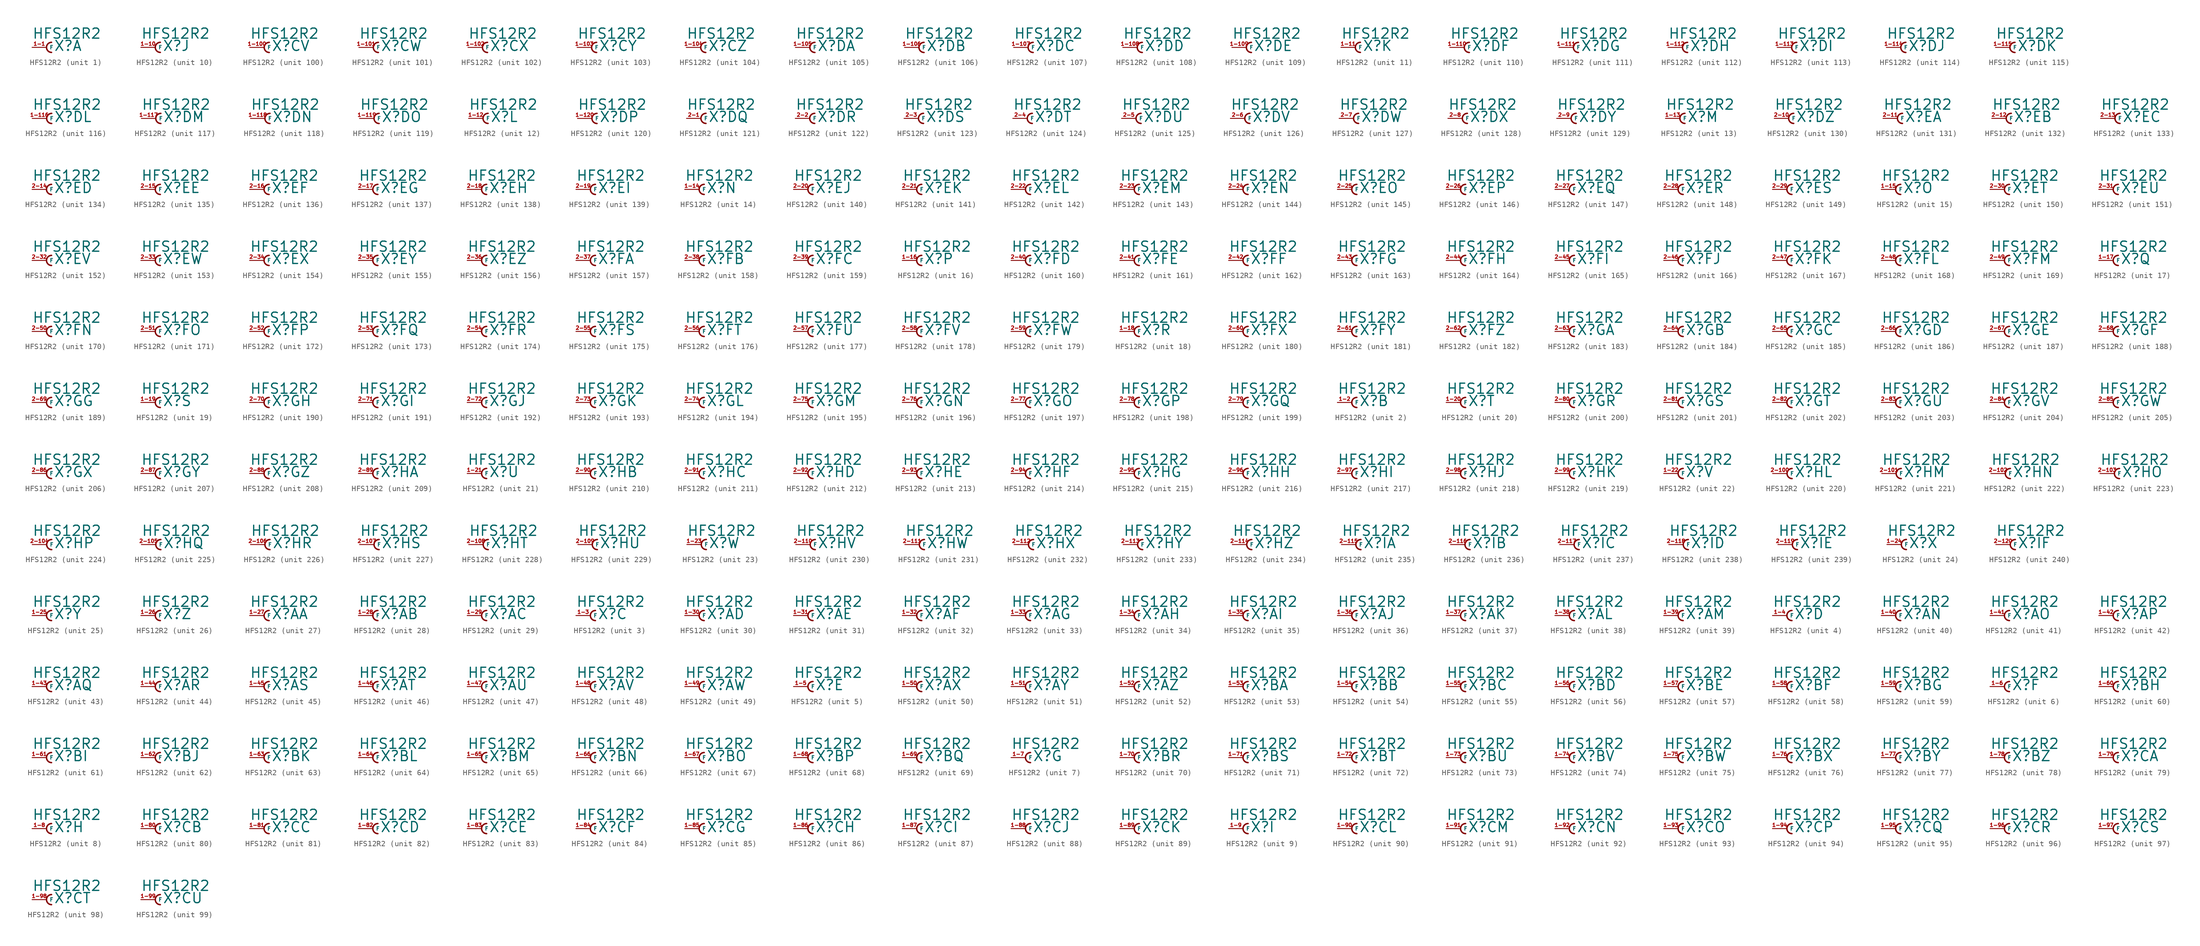
<source format=kicad_sym>
(kicad_symbol_lib
  (version 20220914)
  (generator Eagle2Kicad)
  (symbol "HFS12R2"
    (property "Reference" "X"
      (at 1.27 -0.762 0)
      (effects (font (size 1.778 1.778) (thickness 0.22)) (justify left bottom)))
    (property "Value" "HFS12R2"
      (at -2.54 1.397 0)
      (effects (font (size 1.778 1.778) (thickness 0.22)) (justify left bottom)))
    (symbol "HFS12R2_1_0"
      (arc (start 0.889 0.889) (mid 0.000 0.000) (end 0.889 -0.889) (stroke (width 0.254) (type default)) (fill (type none)))
      (pin passive line (at -2.54 0 0) (length 2.54) (name "F" (effects (font (size 0.635 0.635) (thickness 0.08)) (justify left bottom))) (number "1-1" (effects (font (size 0.635 0.635) (thickness 0.08)) (justify left bottom)))))
    (symbol "HFS12R2_2_0"
      (arc (start 0.889 0.889) (mid 0.000 0.000) (end 0.889 -0.889) (stroke (width 0.254) (type default)) (fill (type none)))
      (pin passive line (at -2.54 0 0) (length 2.54) (name "F" (effects (font (size 0.635 0.635) (thickness 0.08)) (justify left bottom))) (number "1-2" (effects (font (size 0.635 0.635) (thickness 0.08)) (justify left bottom)))))
    (symbol "HFS12R2_3_0"
      (arc (start 0.889 0.889) (mid 0.000 0.000) (end 0.889 -0.889) (stroke (width 0.254) (type default)) (fill (type none)))
      (pin passive line (at -2.54 0 0) (length 2.54) (name "F" (effects (font (size 0.635 0.635) (thickness 0.08)) (justify left bottom))) (number "1-3" (effects (font (size 0.635 0.635) (thickness 0.08)) (justify left bottom)))))
    (symbol "HFS12R2_4_0"
      (arc (start 0.889 0.889) (mid 0.000 0.000) (end 0.889 -0.889) (stroke (width 0.254) (type default)) (fill (type none)))
      (pin passive line (at -2.54 0 0) (length 2.54) (name "F" (effects (font (size 0.635 0.635) (thickness 0.08)) (justify left bottom))) (number "1-4" (effects (font (size 0.635 0.635) (thickness 0.08)) (justify left bottom)))))
    (symbol "HFS12R2_5_0"
      (arc (start 0.889 0.889) (mid 0.000 0.000) (end 0.889 -0.889) (stroke (width 0.254) (type default)) (fill (type none)))
      (pin passive line (at -2.54 0 0) (length 2.54) (name "F" (effects (font (size 0.635 0.635) (thickness 0.08)) (justify left bottom))) (number "1-5" (effects (font (size 0.635 0.635) (thickness 0.08)) (justify left bottom)))))
    (symbol "HFS12R2_6_0"
      (arc (start 0.889 0.889) (mid 0.000 0.000) (end 0.889 -0.889) (stroke (width 0.254) (type default)) (fill (type none)))
      (pin passive line (at -2.54 0 0) (length 2.54) (name "F" (effects (font (size 0.635 0.635) (thickness 0.08)) (justify left bottom))) (number "1-6" (effects (font (size 0.635 0.635) (thickness 0.08)) (justify left bottom)))))
    (symbol "HFS12R2_7_0"
      (arc (start 0.889 0.889) (mid 0.000 0.000) (end 0.889 -0.889) (stroke (width 0.254) (type default)) (fill (type none)))
      (pin passive line (at -2.54 0 0) (length 2.54) (name "F" (effects (font (size 0.635 0.635) (thickness 0.08)) (justify left bottom))) (number "1-7" (effects (font (size 0.635 0.635) (thickness 0.08)) (justify left bottom)))))
    (symbol "HFS12R2_8_0"
      (arc (start 0.889 0.889) (mid 0.000 0.000) (end 0.889 -0.889) (stroke (width 0.254) (type default)) (fill (type none)))
      (pin passive line (at -2.54 0 0) (length 2.54) (name "F" (effects (font (size 0.635 0.635) (thickness 0.08)) (justify left bottom))) (number "1-8" (effects (font (size 0.635 0.635) (thickness 0.08)) (justify left bottom)))))
    (symbol "HFS12R2_9_0"
      (arc (start 0.889 0.889) (mid 0.000 0.000) (end 0.889 -0.889) (stroke (width 0.254) (type default)) (fill (type none)))
      (pin passive line (at -2.54 0 0) (length 2.54) (name "F" (effects (font (size 0.635 0.635) (thickness 0.08)) (justify left bottom))) (number "1-9" (effects (font (size 0.635 0.635) (thickness 0.08)) (justify left bottom)))))
    (symbol "HFS12R2_10_0"
      (arc (start 0.889 0.889) (mid 0.000 0.000) (end 0.889 -0.889) (stroke (width 0.254) (type default)) (fill (type none)))
      (pin passive line (at -2.54 0 0) (length 2.54) (name "F" (effects (font (size 0.635 0.635) (thickness 0.08)) (justify left bottom))) (number "1-10" (effects (font (size 0.635 0.635) (thickness 0.08)) (justify left bottom)))))
    (symbol "HFS12R2_11_0"
      (arc (start 0.889 0.889) (mid 0.000 0.000) (end 0.889 -0.889) (stroke (width 0.254) (type default)) (fill (type none)))
      (pin passive line (at -2.54 0 0) (length 2.54) (name "F" (effects (font (size 0.635 0.635) (thickness 0.08)) (justify left bottom))) (number "1-11" (effects (font (size 0.635 0.635) (thickness 0.08)) (justify left bottom)))))
    (symbol "HFS12R2_12_0"
      (arc (start 0.889 0.889) (mid 0.000 0.000) (end 0.889 -0.889) (stroke (width 0.254) (type default)) (fill (type none)))
      (pin passive line (at -2.54 0 0) (length 2.54) (name "F" (effects (font (size 0.635 0.635) (thickness 0.08)) (justify left bottom))) (number "1-12" (effects (font (size 0.635 0.635) (thickness 0.08)) (justify left bottom)))))
    (symbol "HFS12R2_13_0"
      (arc (start 0.889 0.889) (mid 0.000 0.000) (end 0.889 -0.889) (stroke (width 0.254) (type default)) (fill (type none)))
      (pin passive line (at -2.54 0 0) (length 2.54) (name "F" (effects (font (size 0.635 0.635) (thickness 0.08)) (justify left bottom))) (number "1-13" (effects (font (size 0.635 0.635) (thickness 0.08)) (justify left bottom)))))
    (symbol "HFS12R2_14_0"
      (arc (start 0.889 0.889) (mid 0.000 0.000) (end 0.889 -0.889) (stroke (width 0.254) (type default)) (fill (type none)))
      (pin passive line (at -2.54 0 0) (length 2.54) (name "F" (effects (font (size 0.635 0.635) (thickness 0.08)) (justify left bottom))) (number "1-14" (effects (font (size 0.635 0.635) (thickness 0.08)) (justify left bottom)))))
    (symbol "HFS12R2_15_0"
      (arc (start 0.889 0.889) (mid 0.000 0.000) (end 0.889 -0.889) (stroke (width 0.254) (type default)) (fill (type none)))
      (pin passive line (at -2.54 0 0) (length 2.54) (name "F" (effects (font (size 0.635 0.635) (thickness 0.08)) (justify left bottom))) (number "1-15" (effects (font (size 0.635 0.635) (thickness 0.08)) (justify left bottom)))))
    (symbol "HFS12R2_16_0"
      (arc (start 0.889 0.889) (mid 0.000 0.000) (end 0.889 -0.889) (stroke (width 0.254) (type default)) (fill (type none)))
      (pin passive line (at -2.54 0 0) (length 2.54) (name "F" (effects (font (size 0.635 0.635) (thickness 0.08)) (justify left bottom))) (number "1-16" (effects (font (size 0.635 0.635) (thickness 0.08)) (justify left bottom)))))
    (symbol "HFS12R2_17_0"
      (arc (start 0.889 0.889) (mid 0.000 0.000) (end 0.889 -0.889) (stroke (width 0.254) (type default)) (fill (type none)))
      (pin passive line (at -2.54 0 0) (length 2.54) (name "F" (effects (font (size 0.635 0.635) (thickness 0.08)) (justify left bottom))) (number "1-17" (effects (font (size 0.635 0.635) (thickness 0.08)) (justify left bottom)))))
    (symbol "HFS12R2_18_0"
      (arc (start 0.889 0.889) (mid 0.000 0.000) (end 0.889 -0.889) (stroke (width 0.254) (type default)) (fill (type none)))
      (pin passive line (at -2.54 0 0) (length 2.54) (name "F" (effects (font (size 0.635 0.635) (thickness 0.08)) (justify left bottom))) (number "1-18" (effects (font (size 0.635 0.635) (thickness 0.08)) (justify left bottom)))))
    (symbol "HFS12R2_19_0"
      (arc (start 0.889 0.889) (mid 0.000 0.000) (end 0.889 -0.889) (stroke (width 0.254) (type default)) (fill (type none)))
      (pin passive line (at -2.54 0 0) (length 2.54) (name "F" (effects (font (size 0.635 0.635) (thickness 0.08)) (justify left bottom))) (number "1-19" (effects (font (size 0.635 0.635) (thickness 0.08)) (justify left bottom)))))
    (symbol "HFS12R2_20_0"
      (arc (start 0.889 0.889) (mid 0.000 0.000) (end 0.889 -0.889) (stroke (width 0.254) (type default)) (fill (type none)))
      (pin passive line (at -2.54 0 0) (length 2.54) (name "F" (effects (font (size 0.635 0.635) (thickness 0.08)) (justify left bottom))) (number "1-20" (effects (font (size 0.635 0.635) (thickness 0.08)) (justify left bottom)))))
    (symbol "HFS12R2_21_0"
      (arc (start 0.889 0.889) (mid 0.000 0.000) (end 0.889 -0.889) (stroke (width 0.254) (type default)) (fill (type none)))
      (pin passive line (at -2.54 0 0) (length 2.54) (name "F" (effects (font (size 0.635 0.635) (thickness 0.08)) (justify left bottom))) (number "1-21" (effects (font (size 0.635 0.635) (thickness 0.08)) (justify left bottom)))))
    (symbol "HFS12R2_22_0"
      (arc (start 0.889 0.889) (mid 0.000 0.000) (end 0.889 -0.889) (stroke (width 0.254) (type default)) (fill (type none)))
      (pin passive line (at -2.54 0 0) (length 2.54) (name "F" (effects (font (size 0.635 0.635) (thickness 0.08)) (justify left bottom))) (number "1-22" (effects (font (size 0.635 0.635) (thickness 0.08)) (justify left bottom)))))
    (symbol "HFS12R2_23_0"
      (arc (start 0.889 0.889) (mid 0.000 0.000) (end 0.889 -0.889) (stroke (width 0.254) (type default)) (fill (type none)))
      (pin passive line (at -2.54 0 0) (length 2.54) (name "F" (effects (font (size 0.635 0.635) (thickness 0.08)) (justify left bottom))) (number "1-23" (effects (font (size 0.635 0.635) (thickness 0.08)) (justify left bottom)))))
    (symbol "HFS12R2_24_0"
      (arc (start 0.889 0.889) (mid 0.000 0.000) (end 0.889 -0.889) (stroke (width 0.254) (type default)) (fill (type none)))
      (pin passive line (at -2.54 0 0) (length 2.54) (name "F" (effects (font (size 0.635 0.635) (thickness 0.08)) (justify left bottom))) (number "1-24" (effects (font (size 0.635 0.635) (thickness 0.08)) (justify left bottom)))))
    (symbol "HFS12R2_25_0"
      (arc (start 0.889 0.889) (mid 0.000 0.000) (end 0.889 -0.889) (stroke (width 0.254) (type default)) (fill (type none)))
      (pin passive line (at -2.54 0 0) (length 2.54) (name "F" (effects (font (size 0.635 0.635) (thickness 0.08)) (justify left bottom))) (number "1-25" (effects (font (size 0.635 0.635) (thickness 0.08)) (justify left bottom)))))
    (symbol "HFS12R2_26_0"
      (arc (start 0.889 0.889) (mid 0.000 0.000) (end 0.889 -0.889) (stroke (width 0.254) (type default)) (fill (type none)))
      (pin passive line (at -2.54 0 0) (length 2.54) (name "F" (effects (font (size 0.635 0.635) (thickness 0.08)) (justify left bottom))) (number "1-26" (effects (font (size 0.635 0.635) (thickness 0.08)) (justify left bottom)))))
    (symbol "HFS12R2_27_0"
      (arc (start 0.889 0.889) (mid 0.000 0.000) (end 0.889 -0.889) (stroke (width 0.254) (type default)) (fill (type none)))
      (pin passive line (at -2.54 0 0) (length 2.54) (name "F" (effects (font (size 0.635 0.635) (thickness 0.08)) (justify left bottom))) (number "1-27" (effects (font (size 0.635 0.635) (thickness 0.08)) (justify left bottom)))))
    (symbol "HFS12R2_28_0"
      (arc (start 0.889 0.889) (mid 0.000 0.000) (end 0.889 -0.889) (stroke (width 0.254) (type default)) (fill (type none)))
      (pin passive line (at -2.54 0 0) (length 2.54) (name "F" (effects (font (size 0.635 0.635) (thickness 0.08)) (justify left bottom))) (number "1-28" (effects (font (size 0.635 0.635) (thickness 0.08)) (justify left bottom)))))
    (symbol "HFS12R2_29_0"
      (arc (start 0.889 0.889) (mid 0.000 0.000) (end 0.889 -0.889) (stroke (width 0.254) (type default)) (fill (type none)))
      (pin passive line (at -2.54 0 0) (length 2.54) (name "F" (effects (font (size 0.635 0.635) (thickness 0.08)) (justify left bottom))) (number "1-29" (effects (font (size 0.635 0.635) (thickness 0.08)) (justify left bottom)))))
    (symbol "HFS12R2_30_0"
      (arc (start 0.889 0.889) (mid 0.000 0.000) (end 0.889 -0.889) (stroke (width 0.254) (type default)) (fill (type none)))
      (pin passive line (at -2.54 0 0) (length 2.54) (name "F" (effects (font (size 0.635 0.635) (thickness 0.08)) (justify left bottom))) (number "1-30" (effects (font (size 0.635 0.635) (thickness 0.08)) (justify left bottom)))))
    (symbol "HFS12R2_31_0"
      (arc (start 0.889 0.889) (mid 0.000 0.000) (end 0.889 -0.889) (stroke (width 0.254) (type default)) (fill (type none)))
      (pin passive line (at -2.54 0 0) (length 2.54) (name "F" (effects (font (size 0.635 0.635) (thickness 0.08)) (justify left bottom))) (number "1-31" (effects (font (size 0.635 0.635) (thickness 0.08)) (justify left bottom)))))
    (symbol "HFS12R2_32_0"
      (arc (start 0.889 0.889) (mid 0.000 0.000) (end 0.889 -0.889) (stroke (width 0.254) (type default)) (fill (type none)))
      (pin passive line (at -2.54 0 0) (length 2.54) (name "F" (effects (font (size 0.635 0.635) (thickness 0.08)) (justify left bottom))) (number "1-32" (effects (font (size 0.635 0.635) (thickness 0.08)) (justify left bottom)))))
    (symbol "HFS12R2_33_0"
      (arc (start 0.889 0.889) (mid 0.000 0.000) (end 0.889 -0.889) (stroke (width 0.254) (type default)) (fill (type none)))
      (pin passive line (at -2.54 0 0) (length 2.54) (name "F" (effects (font (size 0.635 0.635) (thickness 0.08)) (justify left bottom))) (number "1-33" (effects (font (size 0.635 0.635) (thickness 0.08)) (justify left bottom)))))
    (symbol "HFS12R2_34_0"
      (arc (start 0.889 0.889) (mid 0.000 0.000) (end 0.889 -0.889) (stroke (width 0.254) (type default)) (fill (type none)))
      (pin passive line (at -2.54 0 0) (length 2.54) (name "F" (effects (font (size 0.635 0.635) (thickness 0.08)) (justify left bottom))) (number "1-34" (effects (font (size 0.635 0.635) (thickness 0.08)) (justify left bottom)))))
    (symbol "HFS12R2_35_0"
      (arc (start 0.889 0.889) (mid 0.000 0.000) (end 0.889 -0.889) (stroke (width 0.254) (type default)) (fill (type none)))
      (pin passive line (at -2.54 0 0) (length 2.54) (name "F" (effects (font (size 0.635 0.635) (thickness 0.08)) (justify left bottom))) (number "1-35" (effects (font (size 0.635 0.635) (thickness 0.08)) (justify left bottom)))))
    (symbol "HFS12R2_36_0"
      (arc (start 0.889 0.889) (mid 0.000 0.000) (end 0.889 -0.889) (stroke (width 0.254) (type default)) (fill (type none)))
      (pin passive line (at -2.54 0 0) (length 2.54) (name "F" (effects (font (size 0.635 0.635) (thickness 0.08)) (justify left bottom))) (number "1-36" (effects (font (size 0.635 0.635) (thickness 0.08)) (justify left bottom)))))
    (symbol "HFS12R2_37_0"
      (arc (start 0.889 0.889) (mid 0.000 0.000) (end 0.889 -0.889) (stroke (width 0.254) (type default)) (fill (type none)))
      (pin passive line (at -2.54 0 0) (length 2.54) (name "F" (effects (font (size 0.635 0.635) (thickness 0.08)) (justify left bottom))) (number "1-37" (effects (font (size 0.635 0.635) (thickness 0.08)) (justify left bottom)))))
    (symbol "HFS12R2_38_0"
      (arc (start 0.889 0.889) (mid 0.000 0.000) (end 0.889 -0.889) (stroke (width 0.254) (type default)) (fill (type none)))
      (pin passive line (at -2.54 0 0) (length 2.54) (name "F" (effects (font (size 0.635 0.635) (thickness 0.08)) (justify left bottom))) (number "1-38" (effects (font (size 0.635 0.635) (thickness 0.08)) (justify left bottom)))))
    (symbol "HFS12R2_39_0"
      (arc (start 0.889 0.889) (mid 0.000 0.000) (end 0.889 -0.889) (stroke (width 0.254) (type default)) (fill (type none)))
      (pin passive line (at -2.54 0 0) (length 2.54) (name "F" (effects (font (size 0.635 0.635) (thickness 0.08)) (justify left bottom))) (number "1-39" (effects (font (size 0.635 0.635) (thickness 0.08)) (justify left bottom)))))
    (symbol "HFS12R2_40_0"
      (arc (start 0.889 0.889) (mid 0.000 0.000) (end 0.889 -0.889) (stroke (width 0.254) (type default)) (fill (type none)))
      (pin passive line (at -2.54 0 0) (length 2.54) (name "F" (effects (font (size 0.635 0.635) (thickness 0.08)) (justify left bottom))) (number "1-40" (effects (font (size 0.635 0.635) (thickness 0.08)) (justify left bottom)))))
    (symbol "HFS12R2_41_0"
      (arc (start 0.889 0.889) (mid 0.000 0.000) (end 0.889 -0.889) (stroke (width 0.254) (type default)) (fill (type none)))
      (pin passive line (at -2.54 0 0) (length 2.54) (name "F" (effects (font (size 0.635 0.635) (thickness 0.08)) (justify left bottom))) (number "1-41" (effects (font (size 0.635 0.635) (thickness 0.08)) (justify left bottom)))))
    (symbol "HFS12R2_42_0"
      (arc (start 0.889 0.889) (mid 0.000 0.000) (end 0.889 -0.889) (stroke (width 0.254) (type default)) (fill (type none)))
      (pin passive line (at -2.54 0 0) (length 2.54) (name "F" (effects (font (size 0.635 0.635) (thickness 0.08)) (justify left bottom))) (number "1-42" (effects (font (size 0.635 0.635) (thickness 0.08)) (justify left bottom)))))
    (symbol "HFS12R2_43_0"
      (arc (start 0.889 0.889) (mid 0.000 0.000) (end 0.889 -0.889) (stroke (width 0.254) (type default)) (fill (type none)))
      (pin passive line (at -2.54 0 0) (length 2.54) (name "F" (effects (font (size 0.635 0.635) (thickness 0.08)) (justify left bottom))) (number "1-43" (effects (font (size 0.635 0.635) (thickness 0.08)) (justify left bottom)))))
    (symbol "HFS12R2_44_0"
      (arc (start 0.889 0.889) (mid 0.000 0.000) (end 0.889 -0.889) (stroke (width 0.254) (type default)) (fill (type none)))
      (pin passive line (at -2.54 0 0) (length 2.54) (name "F" (effects (font (size 0.635 0.635) (thickness 0.08)) (justify left bottom))) (number "1-44" (effects (font (size 0.635 0.635) (thickness 0.08)) (justify left bottom)))))
    (symbol "HFS12R2_45_0"
      (arc (start 0.889 0.889) (mid 0.000 0.000) (end 0.889 -0.889) (stroke (width 0.254) (type default)) (fill (type none)))
      (pin passive line (at -2.54 0 0) (length 2.54) (name "F" (effects (font (size 0.635 0.635) (thickness 0.08)) (justify left bottom))) (number "1-45" (effects (font (size 0.635 0.635) (thickness 0.08)) (justify left bottom)))))
    (symbol "HFS12R2_46_0"
      (arc (start 0.889 0.889) (mid 0.000 0.000) (end 0.889 -0.889) (stroke (width 0.254) (type default)) (fill (type none)))
      (pin passive line (at -2.54 0 0) (length 2.54) (name "F" (effects (font (size 0.635 0.635) (thickness 0.08)) (justify left bottom))) (number "1-46" (effects (font (size 0.635 0.635) (thickness 0.08)) (justify left bottom)))))
    (symbol "HFS12R2_47_0"
      (arc (start 0.889 0.889) (mid 0.000 0.000) (end 0.889 -0.889) (stroke (width 0.254) (type default)) (fill (type none)))
      (pin passive line (at -2.54 0 0) (length 2.54) (name "F" (effects (font (size 0.635 0.635) (thickness 0.08)) (justify left bottom))) (number "1-47" (effects (font (size 0.635 0.635) (thickness 0.08)) (justify left bottom)))))
    (symbol "HFS12R2_48_0"
      (arc (start 0.889 0.889) (mid 0.000 0.000) (end 0.889 -0.889) (stroke (width 0.254) (type default)) (fill (type none)))
      (pin passive line (at -2.54 0 0) (length 2.54) (name "F" (effects (font (size 0.635 0.635) (thickness 0.08)) (justify left bottom))) (number "1-48" (effects (font (size 0.635 0.635) (thickness 0.08)) (justify left bottom)))))
    (symbol "HFS12R2_49_0"
      (arc (start 0.889 0.889) (mid 0.000 0.000) (end 0.889 -0.889) (stroke (width 0.254) (type default)) (fill (type none)))
      (pin passive line (at -2.54 0 0) (length 2.54) (name "F" (effects (font (size 0.635 0.635) (thickness 0.08)) (justify left bottom))) (number "1-49" (effects (font (size 0.635 0.635) (thickness 0.08)) (justify left bottom)))))
    (symbol "HFS12R2_50_0"
      (arc (start 0.889 0.889) (mid 0.000 0.000) (end 0.889 -0.889) (stroke (width 0.254) (type default)) (fill (type none)))
      (pin passive line (at -2.54 0 0) (length 2.54) (name "F" (effects (font (size 0.635 0.635) (thickness 0.08)) (justify left bottom))) (number "1-50" (effects (font (size 0.635 0.635) (thickness 0.08)) (justify left bottom)))))
    (symbol "HFS12R2_51_0"
      (arc (start 0.889 0.889) (mid 0.000 0.000) (end 0.889 -0.889) (stroke (width 0.254) (type default)) (fill (type none)))
      (pin passive line (at -2.54 0 0) (length 2.54) (name "F" (effects (font (size 0.635 0.635) (thickness 0.08)) (justify left bottom))) (number "1-51" (effects (font (size 0.635 0.635) (thickness 0.08)) (justify left bottom)))))
    (symbol "HFS12R2_52_0"
      (arc (start 0.889 0.889) (mid 0.000 0.000) (end 0.889 -0.889) (stroke (width 0.254) (type default)) (fill (type none)))
      (pin passive line (at -2.54 0 0) (length 2.54) (name "F" (effects (font (size 0.635 0.635) (thickness 0.08)) (justify left bottom))) (number "1-52" (effects (font (size 0.635 0.635) (thickness 0.08)) (justify left bottom)))))
    (symbol "HFS12R2_53_0"
      (arc (start 0.889 0.889) (mid 0.000 0.000) (end 0.889 -0.889) (stroke (width 0.254) (type default)) (fill (type none)))
      (pin passive line (at -2.54 0 0) (length 2.54) (name "F" (effects (font (size 0.635 0.635) (thickness 0.08)) (justify left bottom))) (number "1-53" (effects (font (size 0.635 0.635) (thickness 0.08)) (justify left bottom)))))
    (symbol "HFS12R2_54_0"
      (arc (start 0.889 0.889) (mid 0.000 0.000) (end 0.889 -0.889) (stroke (width 0.254) (type default)) (fill (type none)))
      (pin passive line (at -2.54 0 0) (length 2.54) (name "F" (effects (font (size 0.635 0.635) (thickness 0.08)) (justify left bottom))) (number "1-54" (effects (font (size 0.635 0.635) (thickness 0.08)) (justify left bottom)))))
    (symbol "HFS12R2_55_0"
      (arc (start 0.889 0.889) (mid 0.000 0.000) (end 0.889 -0.889) (stroke (width 0.254) (type default)) (fill (type none)))
      (pin passive line (at -2.54 0 0) (length 2.54) (name "F" (effects (font (size 0.635 0.635) (thickness 0.08)) (justify left bottom))) (number "1-55" (effects (font (size 0.635 0.635) (thickness 0.08)) (justify left bottom)))))
    (symbol "HFS12R2_56_0"
      (arc (start 0.889 0.889) (mid 0.000 0.000) (end 0.889 -0.889) (stroke (width 0.254) (type default)) (fill (type none)))
      (pin passive line (at -2.54 0 0) (length 2.54) (name "F" (effects (font (size 0.635 0.635) (thickness 0.08)) (justify left bottom))) (number "1-56" (effects (font (size 0.635 0.635) (thickness 0.08)) (justify left bottom)))))
    (symbol "HFS12R2_57_0"
      (arc (start 0.889 0.889) (mid 0.000 0.000) (end 0.889 -0.889) (stroke (width 0.254) (type default)) (fill (type none)))
      (pin passive line (at -2.54 0 0) (length 2.54) (name "F" (effects (font (size 0.635 0.635) (thickness 0.08)) (justify left bottom))) (number "1-57" (effects (font (size 0.635 0.635) (thickness 0.08)) (justify left bottom)))))
    (symbol "HFS12R2_58_0"
      (arc (start 0.889 0.889) (mid 0.000 0.000) (end 0.889 -0.889) (stroke (width 0.254) (type default)) (fill (type none)))
      (pin passive line (at -2.54 0 0) (length 2.54) (name "F" (effects (font (size 0.635 0.635) (thickness 0.08)) (justify left bottom))) (number "1-58" (effects (font (size 0.635 0.635) (thickness 0.08)) (justify left bottom)))))
    (symbol "HFS12R2_59_0"
      (arc (start 0.889 0.889) (mid 0.000 0.000) (end 0.889 -0.889) (stroke (width 0.254) (type default)) (fill (type none)))
      (pin passive line (at -2.54 0 0) (length 2.54) (name "F" (effects (font (size 0.635 0.635) (thickness 0.08)) (justify left bottom))) (number "1-59" (effects (font (size 0.635 0.635) (thickness 0.08)) (justify left bottom)))))
    (symbol "HFS12R2_60_0"
      (arc (start 0.889 0.889) (mid 0.000 0.000) (end 0.889 -0.889) (stroke (width 0.254) (type default)) (fill (type none)))
      (pin passive line (at -2.54 0 0) (length 2.54) (name "F" (effects (font (size 0.635 0.635) (thickness 0.08)) (justify left bottom))) (number "1-60" (effects (font (size 0.635 0.635) (thickness 0.08)) (justify left bottom)))))
    (symbol "HFS12R2_61_0"
      (arc (start 0.889 0.889) (mid 0.000 0.000) (end 0.889 -0.889) (stroke (width 0.254) (type default)) (fill (type none)))
      (pin passive line (at -2.54 0 0) (length 2.54) (name "F" (effects (font (size 0.635 0.635) (thickness 0.08)) (justify left bottom))) (number "1-61" (effects (font (size 0.635 0.635) (thickness 0.08)) (justify left bottom)))))
    (symbol "HFS12R2_62_0"
      (arc (start 0.889 0.889) (mid 0.000 0.000) (end 0.889 -0.889) (stroke (width 0.254) (type default)) (fill (type none)))
      (pin passive line (at -2.54 0 0) (length 2.54) (name "F" (effects (font (size 0.635 0.635) (thickness 0.08)) (justify left bottom))) (number "1-62" (effects (font (size 0.635 0.635) (thickness 0.08)) (justify left bottom)))))
    (symbol "HFS12R2_63_0"
      (arc (start 0.889 0.889) (mid 0.000 0.000) (end 0.889 -0.889) (stroke (width 0.254) (type default)) (fill (type none)))
      (pin passive line (at -2.54 0 0) (length 2.54) (name "F" (effects (font (size 0.635 0.635) (thickness 0.08)) (justify left bottom))) (number "1-63" (effects (font (size 0.635 0.635) (thickness 0.08)) (justify left bottom)))))
    (symbol "HFS12R2_64_0"
      (arc (start 0.889 0.889) (mid 0.000 0.000) (end 0.889 -0.889) (stroke (width 0.254) (type default)) (fill (type none)))
      (pin passive line (at -2.54 0 0) (length 2.54) (name "F" (effects (font (size 0.635 0.635) (thickness 0.08)) (justify left bottom))) (number "1-64" (effects (font (size 0.635 0.635) (thickness 0.08)) (justify left bottom)))))
    (symbol "HFS12R2_65_0"
      (arc (start 0.889 0.889) (mid 0.000 0.000) (end 0.889 -0.889) (stroke (width 0.254) (type default)) (fill (type none)))
      (pin passive line (at -2.54 0 0) (length 2.54) (name "F" (effects (font (size 0.635 0.635) (thickness 0.08)) (justify left bottom))) (number "1-65" (effects (font (size 0.635 0.635) (thickness 0.08)) (justify left bottom)))))
    (symbol "HFS12R2_66_0"
      (arc (start 0.889 0.889) (mid 0.000 0.000) (end 0.889 -0.889) (stroke (width 0.254) (type default)) (fill (type none)))
      (pin passive line (at -2.54 0 0) (length 2.54) (name "F" (effects (font (size 0.635 0.635) (thickness 0.08)) (justify left bottom))) (number "1-66" (effects (font (size 0.635 0.635) (thickness 0.08)) (justify left bottom)))))
    (symbol "HFS12R2_67_0"
      (arc (start 0.889 0.889) (mid 0.000 0.000) (end 0.889 -0.889) (stroke (width 0.254) (type default)) (fill (type none)))
      (pin passive line (at -2.54 0 0) (length 2.54) (name "F" (effects (font (size 0.635 0.635) (thickness 0.08)) (justify left bottom))) (number "1-67" (effects (font (size 0.635 0.635) (thickness 0.08)) (justify left bottom)))))
    (symbol "HFS12R2_68_0"
      (arc (start 0.889 0.889) (mid 0.000 0.000) (end 0.889 -0.889) (stroke (width 0.254) (type default)) (fill (type none)))
      (pin passive line (at -2.54 0 0) (length 2.54) (name "F" (effects (font (size 0.635 0.635) (thickness 0.08)) (justify left bottom))) (number "1-68" (effects (font (size 0.635 0.635) (thickness 0.08)) (justify left bottom)))))
    (symbol "HFS12R2_69_0"
      (arc (start 0.889 0.889) (mid 0.000 0.000) (end 0.889 -0.889) (stroke (width 0.254) (type default)) (fill (type none)))
      (pin passive line (at -2.54 0 0) (length 2.54) (name "F" (effects (font (size 0.635 0.635) (thickness 0.08)) (justify left bottom))) (number "1-69" (effects (font (size 0.635 0.635) (thickness 0.08)) (justify left bottom)))))
    (symbol "HFS12R2_70_0"
      (arc (start 0.889 0.889) (mid 0.000 0.000) (end 0.889 -0.889) (stroke (width 0.254) (type default)) (fill (type none)))
      (pin passive line (at -2.54 0 0) (length 2.54) (name "F" (effects (font (size 0.635 0.635) (thickness 0.08)) (justify left bottom))) (number "1-70" (effects (font (size 0.635 0.635) (thickness 0.08)) (justify left bottom)))))
    (symbol "HFS12R2_71_0"
      (arc (start 0.889 0.889) (mid 0.000 0.000) (end 0.889 -0.889) (stroke (width 0.254) (type default)) (fill (type none)))
      (pin passive line (at -2.54 0 0) (length 2.54) (name "F" (effects (font (size 0.635 0.635) (thickness 0.08)) (justify left bottom))) (number "1-71" (effects (font (size 0.635 0.635) (thickness 0.08)) (justify left bottom)))))
    (symbol "HFS12R2_72_0"
      (arc (start 0.889 0.889) (mid 0.000 0.000) (end 0.889 -0.889) (stroke (width 0.254) (type default)) (fill (type none)))
      (pin passive line (at -2.54 0 0) (length 2.54) (name "F" (effects (font (size 0.635 0.635) (thickness 0.08)) (justify left bottom))) (number "1-72" (effects (font (size 0.635 0.635) (thickness 0.08)) (justify left bottom)))))
    (symbol "HFS12R2_73_0"
      (arc (start 0.889 0.889) (mid 0.000 0.000) (end 0.889 -0.889) (stroke (width 0.254) (type default)) (fill (type none)))
      (pin passive line (at -2.54 0 0) (length 2.54) (name "F" (effects (font (size 0.635 0.635) (thickness 0.08)) (justify left bottom))) (number "1-73" (effects (font (size 0.635 0.635) (thickness 0.08)) (justify left bottom)))))
    (symbol "HFS12R2_74_0"
      (arc (start 0.889 0.889) (mid 0.000 0.000) (end 0.889 -0.889) (stroke (width 0.254) (type default)) (fill (type none)))
      (pin passive line (at -2.54 0 0) (length 2.54) (name "F" (effects (font (size 0.635 0.635) (thickness 0.08)) (justify left bottom))) (number "1-74" (effects (font (size 0.635 0.635) (thickness 0.08)) (justify left bottom)))))
    (symbol "HFS12R2_75_0"
      (arc (start 0.889 0.889) (mid 0.000 0.000) (end 0.889 -0.889) (stroke (width 0.254) (type default)) (fill (type none)))
      (pin passive line (at -2.54 0 0) (length 2.54) (name "F" (effects (font (size 0.635 0.635) (thickness 0.08)) (justify left bottom))) (number "1-75" (effects (font (size 0.635 0.635) (thickness 0.08)) (justify left bottom)))))
    (symbol "HFS12R2_76_0"
      (arc (start 0.889 0.889) (mid 0.000 0.000) (end 0.889 -0.889) (stroke (width 0.254) (type default)) (fill (type none)))
      (pin passive line (at -2.54 0 0) (length 2.54) (name "F" (effects (font (size 0.635 0.635) (thickness 0.08)) (justify left bottom))) (number "1-76" (effects (font (size 0.635 0.635) (thickness 0.08)) (justify left bottom)))))
    (symbol "HFS12R2_77_0"
      (arc (start 0.889 0.889) (mid 0.000 0.000) (end 0.889 -0.889) (stroke (width 0.254) (type default)) (fill (type none)))
      (pin passive line (at -2.54 0 0) (length 2.54) (name "F" (effects (font (size 0.635 0.635) (thickness 0.08)) (justify left bottom))) (number "1-77" (effects (font (size 0.635 0.635) (thickness 0.08)) (justify left bottom)))))
    (symbol "HFS12R2_78_0"
      (arc (start 0.889 0.889) (mid 0.000 0.000) (end 0.889 -0.889) (stroke (width 0.254) (type default)) (fill (type none)))
      (pin passive line (at -2.54 0 0) (length 2.54) (name "F" (effects (font (size 0.635 0.635) (thickness 0.08)) (justify left bottom))) (number "1-78" (effects (font (size 0.635 0.635) (thickness 0.08)) (justify left bottom)))))
    (symbol "HFS12R2_79_0"
      (arc (start 0.889 0.889) (mid 0.000 0.000) (end 0.889 -0.889) (stroke (width 0.254) (type default)) (fill (type none)))
      (pin passive line (at -2.54 0 0) (length 2.54) (name "F" (effects (font (size 0.635 0.635) (thickness 0.08)) (justify left bottom))) (number "1-79" (effects (font (size 0.635 0.635) (thickness 0.08)) (justify left bottom)))))
    (symbol "HFS12R2_80_0"
      (arc (start 0.889 0.889) (mid 0.000 0.000) (end 0.889 -0.889) (stroke (width 0.254) (type default)) (fill (type none)))
      (pin passive line (at -2.54 0 0) (length 2.54) (name "F" (effects (font (size 0.635 0.635) (thickness 0.08)) (justify left bottom))) (number "1-80" (effects (font (size 0.635 0.635) (thickness 0.08)) (justify left bottom)))))
    (symbol "HFS12R2_81_0"
      (arc (start 0.889 0.889) (mid 0.000 0.000) (end 0.889 -0.889) (stroke (width 0.254) (type default)) (fill (type none)))
      (pin passive line (at -2.54 0 0) (length 2.54) (name "F" (effects (font (size 0.635 0.635) (thickness 0.08)) (justify left bottom))) (number "1-81" (effects (font (size 0.635 0.635) (thickness 0.08)) (justify left bottom)))))
    (symbol "HFS12R2_82_0"
      (arc (start 0.889 0.889) (mid 0.000 0.000) (end 0.889 -0.889) (stroke (width 0.254) (type default)) (fill (type none)))
      (pin passive line (at -2.54 0 0) (length 2.54) (name "F" (effects (font (size 0.635 0.635) (thickness 0.08)) (justify left bottom))) (number "1-82" (effects (font (size 0.635 0.635) (thickness 0.08)) (justify left bottom)))))
    (symbol "HFS12R2_83_0"
      (arc (start 0.889 0.889) (mid 0.000 0.000) (end 0.889 -0.889) (stroke (width 0.254) (type default)) (fill (type none)))
      (pin passive line (at -2.54 0 0) (length 2.54) (name "F" (effects (font (size 0.635 0.635) (thickness 0.08)) (justify left bottom))) (number "1-83" (effects (font (size 0.635 0.635) (thickness 0.08)) (justify left bottom)))))
    (symbol "HFS12R2_84_0"
      (arc (start 0.889 0.889) (mid 0.000 0.000) (end 0.889 -0.889) (stroke (width 0.254) (type default)) (fill (type none)))
      (pin passive line (at -2.54 0 0) (length 2.54) (name "F" (effects (font (size 0.635 0.635) (thickness 0.08)) (justify left bottom))) (number "1-84" (effects (font (size 0.635 0.635) (thickness 0.08)) (justify left bottom)))))
    (symbol "HFS12R2_85_0"
      (arc (start 0.889 0.889) (mid 0.000 0.000) (end 0.889 -0.889) (stroke (width 0.254) (type default)) (fill (type none)))
      (pin passive line (at -2.54 0 0) (length 2.54) (name "F" (effects (font (size 0.635 0.635) (thickness 0.08)) (justify left bottom))) (number "1-85" (effects (font (size 0.635 0.635) (thickness 0.08)) (justify left bottom)))))
    (symbol "HFS12R2_86_0"
      (arc (start 0.889 0.889) (mid 0.000 0.000) (end 0.889 -0.889) (stroke (width 0.254) (type default)) (fill (type none)))
      (pin passive line (at -2.54 0 0) (length 2.54) (name "F" (effects (font (size 0.635 0.635) (thickness 0.08)) (justify left bottom))) (number "1-86" (effects (font (size 0.635 0.635) (thickness 0.08)) (justify left bottom)))))
    (symbol "HFS12R2_87_0"
      (arc (start 0.889 0.889) (mid 0.000 0.000) (end 0.889 -0.889) (stroke (width 0.254) (type default)) (fill (type none)))
      (pin passive line (at -2.54 0 0) (length 2.54) (name "F" (effects (font (size 0.635 0.635) (thickness 0.08)) (justify left bottom))) (number "1-87" (effects (font (size 0.635 0.635) (thickness 0.08)) (justify left bottom)))))
    (symbol "HFS12R2_88_0"
      (arc (start 0.889 0.889) (mid 0.000 0.000) (end 0.889 -0.889) (stroke (width 0.254) (type default)) (fill (type none)))
      (pin passive line (at -2.54 0 0) (length 2.54) (name "F" (effects (font (size 0.635 0.635) (thickness 0.08)) (justify left bottom))) (number "1-88" (effects (font (size 0.635 0.635) (thickness 0.08)) (justify left bottom)))))
    (symbol "HFS12R2_89_0"
      (arc (start 0.889 0.889) (mid 0.000 0.000) (end 0.889 -0.889) (stroke (width 0.254) (type default)) (fill (type none)))
      (pin passive line (at -2.54 0 0) (length 2.54) (name "F" (effects (font (size 0.635 0.635) (thickness 0.08)) (justify left bottom))) (number "1-89" (effects (font (size 0.635 0.635) (thickness 0.08)) (justify left bottom)))))
    (symbol "HFS12R2_90_0"
      (arc (start 0.889 0.889) (mid 0.000 0.000) (end 0.889 -0.889) (stroke (width 0.254) (type default)) (fill (type none)))
      (pin passive line (at -2.54 0 0) (length 2.54) (name "F" (effects (font (size 0.635 0.635) (thickness 0.08)) (justify left bottom))) (number "1-90" (effects (font (size 0.635 0.635) (thickness 0.08)) (justify left bottom)))))
    (symbol "HFS12R2_91_0"
      (arc (start 0.889 0.889) (mid 0.000 0.000) (end 0.889 -0.889) (stroke (width 0.254) (type default)) (fill (type none)))
      (pin passive line (at -2.54 0 0) (length 2.54) (name "F" (effects (font (size 0.635 0.635) (thickness 0.08)) (justify left bottom))) (number "1-91" (effects (font (size 0.635 0.635) (thickness 0.08)) (justify left bottom)))))
    (symbol "HFS12R2_92_0"
      (arc (start 0.889 0.889) (mid 0.000 0.000) (end 0.889 -0.889) (stroke (width 0.254) (type default)) (fill (type none)))
      (pin passive line (at -2.54 0 0) (length 2.54) (name "F" (effects (font (size 0.635 0.635) (thickness 0.08)) (justify left bottom))) (number "1-92" (effects (font (size 0.635 0.635) (thickness 0.08)) (justify left bottom)))))
    (symbol "HFS12R2_93_0"
      (arc (start 0.889 0.889) (mid 0.000 0.000) (end 0.889 -0.889) (stroke (width 0.254) (type default)) (fill (type none)))
      (pin passive line (at -2.54 0 0) (length 2.54) (name "F" (effects (font (size 0.635 0.635) (thickness 0.08)) (justify left bottom))) (number "1-93" (effects (font (size 0.635 0.635) (thickness 0.08)) (justify left bottom)))))
    (symbol "HFS12R2_94_0"
      (arc (start 0.889 0.889) (mid 0.000 0.000) (end 0.889 -0.889) (stroke (width 0.254) (type default)) (fill (type none)))
      (pin passive line (at -2.54 0 0) (length 2.54) (name "F" (effects (font (size 0.635 0.635) (thickness 0.08)) (justify left bottom))) (number "1-94" (effects (font (size 0.635 0.635) (thickness 0.08)) (justify left bottom)))))
    (symbol "HFS12R2_95_0"
      (arc (start 0.889 0.889) (mid 0.000 0.000) (end 0.889 -0.889) (stroke (width 0.254) (type default)) (fill (type none)))
      (pin passive line (at -2.54 0 0) (length 2.54) (name "F" (effects (font (size 0.635 0.635) (thickness 0.08)) (justify left bottom))) (number "1-95" (effects (font (size 0.635 0.635) (thickness 0.08)) (justify left bottom)))))
    (symbol "HFS12R2_96_0"
      (arc (start 0.889 0.889) (mid 0.000 0.000) (end 0.889 -0.889) (stroke (width 0.254) (type default)) (fill (type none)))
      (pin passive line (at -2.54 0 0) (length 2.54) (name "F" (effects (font (size 0.635 0.635) (thickness 0.08)) (justify left bottom))) (number "1-96" (effects (font (size 0.635 0.635) (thickness 0.08)) (justify left bottom)))))
    (symbol "HFS12R2_97_0"
      (arc (start 0.889 0.889) (mid 0.000 0.000) (end 0.889 -0.889) (stroke (width 0.254) (type default)) (fill (type none)))
      (pin passive line (at -2.54 0 0) (length 2.54) (name "F" (effects (font (size 0.635 0.635) (thickness 0.08)) (justify left bottom))) (number "1-97" (effects (font (size 0.635 0.635) (thickness 0.08)) (justify left bottom)))))
    (symbol "HFS12R2_98_0"
      (arc (start 0.889 0.889) (mid 0.000 0.000) (end 0.889 -0.889) (stroke (width 0.254) (type default)) (fill (type none)))
      (pin passive line (at -2.54 0 0) (length 2.54) (name "F" (effects (font (size 0.635 0.635) (thickness 0.08)) (justify left bottom))) (number "1-98" (effects (font (size 0.635 0.635) (thickness 0.08)) (justify left bottom)))))
    (symbol "HFS12R2_99_0"
      (arc (start 0.889 0.889) (mid 0.000 0.000) (end 0.889 -0.889) (stroke (width 0.254) (type default)) (fill (type none)))
      (pin passive line (at -2.54 0 0) (length 2.54) (name "F" (effects (font (size 0.635 0.635) (thickness 0.08)) (justify left bottom))) (number "1-99" (effects (font (size 0.635 0.635) (thickness 0.08)) (justify left bottom)))))
    (symbol "HFS12R2_100_0"
      (arc (start 0.889 0.889) (mid 0.000 0.000) (end 0.889 -0.889) (stroke (width 0.254) (type default)) (fill (type none)))
      (pin passive line (at -2.54 0 0) (length 2.54) (name "F" (effects (font (size 0.635 0.635) (thickness 0.08)) (justify left bottom))) (number "1-100" (effects (font (size 0.635 0.635) (thickness 0.08)) (justify left bottom)))))
    (symbol "HFS12R2_101_0"
      (arc (start 0.889 0.889) (mid 0.000 0.000) (end 0.889 -0.889) (stroke (width 0.254) (type default)) (fill (type none)))
      (pin passive line (at -2.54 0 0) (length 2.54) (name "F" (effects (font (size 0.635 0.635) (thickness 0.08)) (justify left bottom))) (number "1-101" (effects (font (size 0.635 0.635) (thickness 0.08)) (justify left bottom)))))
    (symbol "HFS12R2_102_0"
      (arc (start 0.889 0.889) (mid 0.000 0.000) (end 0.889 -0.889) (stroke (width 0.254) (type default)) (fill (type none)))
      (pin passive line (at -2.54 0 0) (length 2.54) (name "F" (effects (font (size 0.635 0.635) (thickness 0.08)) (justify left bottom))) (number "1-102" (effects (font (size 0.635 0.635) (thickness 0.08)) (justify left bottom)))))
    (symbol "HFS12R2_103_0"
      (arc (start 0.889 0.889) (mid 0.000 0.000) (end 0.889 -0.889) (stroke (width 0.254) (type default)) (fill (type none)))
      (pin passive line (at -2.54 0 0) (length 2.54) (name "F" (effects (font (size 0.635 0.635) (thickness 0.08)) (justify left bottom))) (number "1-103" (effects (font (size 0.635 0.635) (thickness 0.08)) (justify left bottom)))))
    (symbol "HFS12R2_104_0"
      (arc (start 0.889 0.889) (mid 0.000 0.000) (end 0.889 -0.889) (stroke (width 0.254) (type default)) (fill (type none)))
      (pin passive line (at -2.54 0 0) (length 2.54) (name "F" (effects (font (size 0.635 0.635) (thickness 0.08)) (justify left bottom))) (number "1-104" (effects (font (size 0.635 0.635) (thickness 0.08)) (justify left bottom)))))
    (symbol "HFS12R2_105_0"
      (arc (start 0.889 0.889) (mid 0.000 0.000) (end 0.889 -0.889) (stroke (width 0.254) (type default)) (fill (type none)))
      (pin passive line (at -2.54 0 0) (length 2.54) (name "F" (effects (font (size 0.635 0.635) (thickness 0.08)) (justify left bottom))) (number "1-105" (effects (font (size 0.635 0.635) (thickness 0.08)) (justify left bottom)))))
    (symbol "HFS12R2_106_0"
      (arc (start 0.889 0.889) (mid 0.000 0.000) (end 0.889 -0.889) (stroke (width 0.254) (type default)) (fill (type none)))
      (pin passive line (at -2.54 0 0) (length 2.54) (name "F" (effects (font (size 0.635 0.635) (thickness 0.08)) (justify left bottom))) (number "1-106" (effects (font (size 0.635 0.635) (thickness 0.08)) (justify left bottom)))))
    (symbol "HFS12R2_107_0"
      (arc (start 0.889 0.889) (mid 0.000 0.000) (end 0.889 -0.889) (stroke (width 0.254) (type default)) (fill (type none)))
      (pin passive line (at -2.54 0 0) (length 2.54) (name "F" (effects (font (size 0.635 0.635) (thickness 0.08)) (justify left bottom))) (number "1-107" (effects (font (size 0.635 0.635) (thickness 0.08)) (justify left bottom)))))
    (symbol "HFS12R2_108_0"
      (arc (start 0.889 0.889) (mid 0.000 0.000) (end 0.889 -0.889) (stroke (width 0.254) (type default)) (fill (type none)))
      (pin passive line (at -2.54 0 0) (length 2.54) (name "F" (effects (font (size 0.635 0.635) (thickness 0.08)) (justify left bottom))) (number "1-108" (effects (font (size 0.635 0.635) (thickness 0.08)) (justify left bottom)))))
    (symbol "HFS12R2_109_0"
      (arc (start 0.889 0.889) (mid 0.000 0.000) (end 0.889 -0.889) (stroke (width 0.254) (type default)) (fill (type none)))
      (pin passive line (at -2.54 0 0) (length 2.54) (name "F" (effects (font (size 0.635 0.635) (thickness 0.08)) (justify left bottom))) (number "1-109" (effects (font (size 0.635 0.635) (thickness 0.08)) (justify left bottom)))))
    (symbol "HFS12R2_110_0"
      (arc (start 0.889 0.889) (mid 0.000 0.000) (end 0.889 -0.889) (stroke (width 0.254) (type default)) (fill (type none)))
      (pin passive line (at -2.54 0 0) (length 2.54) (name "F" (effects (font (size 0.635 0.635) (thickness 0.08)) (justify left bottom))) (number "1-110" (effects (font (size 0.635 0.635) (thickness 0.08)) (justify left bottom)))))
    (symbol "HFS12R2_111_0"
      (arc (start 0.889 0.889) (mid 0.000 0.000) (end 0.889 -0.889) (stroke (width 0.254) (type default)) (fill (type none)))
      (pin passive line (at -2.54 0 0) (length 2.54) (name "F" (effects (font (size 0.635 0.635) (thickness 0.08)) (justify left bottom))) (number "1-111" (effects (font (size 0.635 0.635) (thickness 0.08)) (justify left bottom)))))
    (symbol "HFS12R2_112_0"
      (arc (start 0.889 0.889) (mid 0.000 0.000) (end 0.889 -0.889) (stroke (width 0.254) (type default)) (fill (type none)))
      (pin passive line (at -2.54 0 0) (length 2.54) (name "F" (effects (font (size 0.635 0.635) (thickness 0.08)) (justify left bottom))) (number "1-112" (effects (font (size 0.635 0.635) (thickness 0.08)) (justify left bottom)))))
    (symbol "HFS12R2_113_0"
      (arc (start 0.889 0.889) (mid 0.000 0.000) (end 0.889 -0.889) (stroke (width 0.254) (type default)) (fill (type none)))
      (pin passive line (at -2.54 0 0) (length 2.54) (name "F" (effects (font (size 0.635 0.635) (thickness 0.08)) (justify left bottom))) (number "1-113" (effects (font (size 0.635 0.635) (thickness 0.08)) (justify left bottom)))))
    (symbol "HFS12R2_114_0"
      (arc (start 0.889 0.889) (mid 0.000 0.000) (end 0.889 -0.889) (stroke (width 0.254) (type default)) (fill (type none)))
      (pin passive line (at -2.54 0 0) (length 2.54) (name "F" (effects (font (size 0.635 0.635) (thickness 0.08)) (justify left bottom))) (number "1-114" (effects (font (size 0.635 0.635) (thickness 0.08)) (justify left bottom)))))
    (symbol "HFS12R2_115_0"
      (arc (start 0.889 0.889) (mid 0.000 0.000) (end 0.889 -0.889) (stroke (width 0.254) (type default)) (fill (type none)))
      (pin passive line (at -2.54 0 0) (length 2.54) (name "F" (effects (font (size 0.635 0.635) (thickness 0.08)) (justify left bottom))) (number "1-115" (effects (font (size 0.635 0.635) (thickness 0.08)) (justify left bottom)))))
    (symbol "HFS12R2_116_0"
      (arc (start 0.889 0.889) (mid 0.000 0.000) (end 0.889 -0.889) (stroke (width 0.254) (type default)) (fill (type none)))
      (pin passive line (at -2.54 0 0) (length 2.54) (name "F" (effects (font (size 0.635 0.635) (thickness 0.08)) (justify left bottom))) (number "1-116" (effects (font (size 0.635 0.635) (thickness 0.08)) (justify left bottom)))))
    (symbol "HFS12R2_117_0"
      (arc (start 0.889 0.889) (mid 0.000 0.000) (end 0.889 -0.889) (stroke (width 0.254) (type default)) (fill (type none)))
      (pin passive line (at -2.54 0 0) (length 2.54) (name "F" (effects (font (size 0.635 0.635) (thickness 0.08)) (justify left bottom))) (number "1-117" (effects (font (size 0.635 0.635) (thickness 0.08)) (justify left bottom)))))
    (symbol "HFS12R2_118_0"
      (arc (start 0.889 0.889) (mid 0.000 0.000) (end 0.889 -0.889) (stroke (width 0.254) (type default)) (fill (type none)))
      (pin passive line (at -2.54 0 0) (length 2.54) (name "F" (effects (font (size 0.635 0.635) (thickness 0.08)) (justify left bottom))) (number "1-118" (effects (font (size 0.635 0.635) (thickness 0.08)) (justify left bottom)))))
    (symbol "HFS12R2_119_0"
      (arc (start 0.889 0.889) (mid 0.000 0.000) (end 0.889 -0.889) (stroke (width 0.254) (type default)) (fill (type none)))
      (pin passive line (at -2.54 0 0) (length 2.54) (name "F" (effects (font (size 0.635 0.635) (thickness 0.08)) (justify left bottom))) (number "1-119" (effects (font (size 0.635 0.635) (thickness 0.08)) (justify left bottom)))))
    (symbol "HFS12R2_120_0"
      (arc (start 0.889 0.889) (mid 0.000 0.000) (end 0.889 -0.889) (stroke (width 0.254) (type default)) (fill (type none)))
      (pin passive line (at -2.54 0 0) (length 2.54) (name "F" (effects (font (size 0.635 0.635) (thickness 0.08)) (justify left bottom))) (number "1-120" (effects (font (size 0.635 0.635) (thickness 0.08)) (justify left bottom)))))
    (symbol "HFS12R2_121_0"
      (arc (start 0.889 0.889) (mid 0.000 0.000) (end 0.889 -0.889) (stroke (width 0.254) (type default)) (fill (type none)))
      (pin passive line (at -2.54 0 0) (length 2.54) (name "F" (effects (font (size 0.635 0.635) (thickness 0.08)) (justify left bottom))) (number "2-1" (effects (font (size 0.635 0.635) (thickness 0.08)) (justify left bottom)))))
    (symbol "HFS12R2_122_0"
      (arc (start 0.889 0.889) (mid 0.000 0.000) (end 0.889 -0.889) (stroke (width 0.254) (type default)) (fill (type none)))
      (pin passive line (at -2.54 0 0) (length 2.54) (name "F" (effects (font (size 0.635 0.635) (thickness 0.08)) (justify left bottom))) (number "2-2" (effects (font (size 0.635 0.635) (thickness 0.08)) (justify left bottom)))))
    (symbol "HFS12R2_123_0"
      (arc (start 0.889 0.889) (mid 0.000 0.000) (end 0.889 -0.889) (stroke (width 0.254) (type default)) (fill (type none)))
      (pin passive line (at -2.54 0 0) (length 2.54) (name "F" (effects (font (size 0.635 0.635) (thickness 0.08)) (justify left bottom))) (number "2-3" (effects (font (size 0.635 0.635) (thickness 0.08)) (justify left bottom)))))
    (symbol "HFS12R2_124_0"
      (arc (start 0.889 0.889) (mid 0.000 0.000) (end 0.889 -0.889) (stroke (width 0.254) (type default)) (fill (type none)))
      (pin passive line (at -2.54 0 0) (length 2.54) (name "F" (effects (font (size 0.635 0.635) (thickness 0.08)) (justify left bottom))) (number "2-4" (effects (font (size 0.635 0.635) (thickness 0.08)) (justify left bottom)))))
    (symbol "HFS12R2_125_0"
      (arc (start 0.889 0.889) (mid 0.000 0.000) (end 0.889 -0.889) (stroke (width 0.254) (type default)) (fill (type none)))
      (pin passive line (at -2.54 0 0) (length 2.54) (name "F" (effects (font (size 0.635 0.635) (thickness 0.08)) (justify left bottom))) (number "2-5" (effects (font (size 0.635 0.635) (thickness 0.08)) (justify left bottom)))))
    (symbol "HFS12R2_126_0"
      (arc (start 0.889 0.889) (mid 0.000 0.000) (end 0.889 -0.889) (stroke (width 0.254) (type default)) (fill (type none)))
      (pin passive line (at -2.54 0 0) (length 2.54) (name "F" (effects (font (size 0.635 0.635) (thickness 0.08)) (justify left bottom))) (number "2-6" (effects (font (size 0.635 0.635) (thickness 0.08)) (justify left bottom)))))
    (symbol "HFS12R2_127_0"
      (arc (start 0.889 0.889) (mid 0.000 0.000) (end 0.889 -0.889) (stroke (width 0.254) (type default)) (fill (type none)))
      (pin passive line (at -2.54 0 0) (length 2.54) (name "F" (effects (font (size 0.635 0.635) (thickness 0.08)) (justify left bottom))) (number "2-7" (effects (font (size 0.635 0.635) (thickness 0.08)) (justify left bottom)))))
    (symbol "HFS12R2_128_0"
      (arc (start 0.889 0.889) (mid 0.000 0.000) (end 0.889 -0.889) (stroke (width 0.254) (type default)) (fill (type none)))
      (pin passive line (at -2.54 0 0) (length 2.54) (name "F" (effects (font (size 0.635 0.635) (thickness 0.08)) (justify left bottom))) (number "2-8" (effects (font (size 0.635 0.635) (thickness 0.08)) (justify left bottom)))))
    (symbol "HFS12R2_129_0"
      (arc (start 0.889 0.889) (mid 0.000 0.000) (end 0.889 -0.889) (stroke (width 0.254) (type default)) (fill (type none)))
      (pin passive line (at -2.54 0 0) (length 2.54) (name "F" (effects (font (size 0.635 0.635) (thickness 0.08)) (justify left bottom))) (number "2-9" (effects (font (size 0.635 0.635) (thickness 0.08)) (justify left bottom)))))
    (symbol "HFS12R2_130_0"
      (arc (start 0.889 0.889) (mid 0.000 0.000) (end 0.889 -0.889) (stroke (width 0.254) (type default)) (fill (type none)))
      (pin passive line (at -2.54 0 0) (length 2.54) (name "F" (effects (font (size 0.635 0.635) (thickness 0.08)) (justify left bottom))) (number "2-10" (effects (font (size 0.635 0.635) (thickness 0.08)) (justify left bottom)))))
    (symbol "HFS12R2_131_0"
      (arc (start 0.889 0.889) (mid 0.000 0.000) (end 0.889 -0.889) (stroke (width 0.254) (type default)) (fill (type none)))
      (pin passive line (at -2.54 0 0) (length 2.54) (name "F" (effects (font (size 0.635 0.635) (thickness 0.08)) (justify left bottom))) (number "2-11" (effects (font (size 0.635 0.635) (thickness 0.08)) (justify left bottom)))))
    (symbol "HFS12R2_132_0"
      (arc (start 0.889 0.889) (mid 0.000 0.000) (end 0.889 -0.889) (stroke (width 0.254) (type default)) (fill (type none)))
      (pin passive line (at -2.54 0 0) (length 2.54) (name "F" (effects (font (size 0.635 0.635) (thickness 0.08)) (justify left bottom))) (number "2-12" (effects (font (size 0.635 0.635) (thickness 0.08)) (justify left bottom)))))
    (symbol "HFS12R2_133_0"
      (arc (start 0.889 0.889) (mid 0.000 0.000) (end 0.889 -0.889) (stroke (width 0.254) (type default)) (fill (type none)))
      (pin passive line (at -2.54 0 0) (length 2.54) (name "F" (effects (font (size 0.635 0.635) (thickness 0.08)) (justify left bottom))) (number "2-13" (effects (font (size 0.635 0.635) (thickness 0.08)) (justify left bottom)))))
    (symbol "HFS12R2_134_0"
      (arc (start 0.889 0.889) (mid 0.000 0.000) (end 0.889 -0.889) (stroke (width 0.254) (type default)) (fill (type none)))
      (pin passive line (at -2.54 0 0) (length 2.54) (name "F" (effects (font (size 0.635 0.635) (thickness 0.08)) (justify left bottom))) (number "2-14" (effects (font (size 0.635 0.635) (thickness 0.08)) (justify left bottom)))))
    (symbol "HFS12R2_135_0"
      (arc (start 0.889 0.889) (mid 0.000 0.000) (end 0.889 -0.889) (stroke (width 0.254) (type default)) (fill (type none)))
      (pin passive line (at -2.54 0 0) (length 2.54) (name "F" (effects (font (size 0.635 0.635) (thickness 0.08)) (justify left bottom))) (number "2-15" (effects (font (size 0.635 0.635) (thickness 0.08)) (justify left bottom)))))
    (symbol "HFS12R2_136_0"
      (arc (start 0.889 0.889) (mid 0.000 0.000) (end 0.889 -0.889) (stroke (width 0.254) (type default)) (fill (type none)))
      (pin passive line (at -2.54 0 0) (length 2.54) (name "F" (effects (font (size 0.635 0.635) (thickness 0.08)) (justify left bottom))) (number "2-16" (effects (font (size 0.635 0.635) (thickness 0.08)) (justify left bottom)))))
    (symbol "HFS12R2_137_0"
      (arc (start 0.889 0.889) (mid 0.000 0.000) (end 0.889 -0.889) (stroke (width 0.254) (type default)) (fill (type none)))
      (pin passive line (at -2.54 0 0) (length 2.54) (name "F" (effects (font (size 0.635 0.635) (thickness 0.08)) (justify left bottom))) (number "2-17" (effects (font (size 0.635 0.635) (thickness 0.08)) (justify left bottom)))))
    (symbol "HFS12R2_138_0"
      (arc (start 0.889 0.889) (mid 0.000 0.000) (end 0.889 -0.889) (stroke (width 0.254) (type default)) (fill (type none)))
      (pin passive line (at -2.54 0 0) (length 2.54) (name "F" (effects (font (size 0.635 0.635) (thickness 0.08)) (justify left bottom))) (number "2-18" (effects (font (size 0.635 0.635) (thickness 0.08)) (justify left bottom)))))
    (symbol "HFS12R2_139_0"
      (arc (start 0.889 0.889) (mid 0.000 0.000) (end 0.889 -0.889) (stroke (width 0.254) (type default)) (fill (type none)))
      (pin passive line (at -2.54 0 0) (length 2.54) (name "F" (effects (font (size 0.635 0.635) (thickness 0.08)) (justify left bottom))) (number "2-19" (effects (font (size 0.635 0.635) (thickness 0.08)) (justify left bottom)))))
    (symbol "HFS12R2_140_0"
      (arc (start 0.889 0.889) (mid 0.000 0.000) (end 0.889 -0.889) (stroke (width 0.254) (type default)) (fill (type none)))
      (pin passive line (at -2.54 0 0) (length 2.54) (name "F" (effects (font (size 0.635 0.635) (thickness 0.08)) (justify left bottom))) (number "2-20" (effects (font (size 0.635 0.635) (thickness 0.08)) (justify left bottom)))))
    (symbol "HFS12R2_141_0"
      (arc (start 0.889 0.889) (mid 0.000 0.000) (end 0.889 -0.889) (stroke (width 0.254) (type default)) (fill (type none)))
      (pin passive line (at -2.54 0 0) (length 2.54) (name "F" (effects (font (size 0.635 0.635) (thickness 0.08)) (justify left bottom))) (number "2-21" (effects (font (size 0.635 0.635) (thickness 0.08)) (justify left bottom)))))
    (symbol "HFS12R2_142_0"
      (arc (start 0.889 0.889) (mid 0.000 0.000) (end 0.889 -0.889) (stroke (width 0.254) (type default)) (fill (type none)))
      (pin passive line (at -2.54 0 0) (length 2.54) (name "F" (effects (font (size 0.635 0.635) (thickness 0.08)) (justify left bottom))) (number "2-22" (effects (font (size 0.635 0.635) (thickness 0.08)) (justify left bottom)))))
    (symbol "HFS12R2_143_0"
      (arc (start 0.889 0.889) (mid 0.000 0.000) (end 0.889 -0.889) (stroke (width 0.254) (type default)) (fill (type none)))
      (pin passive line (at -2.54 0 0) (length 2.54) (name "F" (effects (font (size 0.635 0.635) (thickness 0.08)) (justify left bottom))) (number "2-23" (effects (font (size 0.635 0.635) (thickness 0.08)) (justify left bottom)))))
    (symbol "HFS12R2_144_0"
      (arc (start 0.889 0.889) (mid 0.000 0.000) (end 0.889 -0.889) (stroke (width 0.254) (type default)) (fill (type none)))
      (pin passive line (at -2.54 0 0) (length 2.54) (name "F" (effects (font (size 0.635 0.635) (thickness 0.08)) (justify left bottom))) (number "2-24" (effects (font (size 0.635 0.635) (thickness 0.08)) (justify left bottom)))))
    (symbol "HFS12R2_145_0"
      (arc (start 0.889 0.889) (mid 0.000 0.000) (end 0.889 -0.889) (stroke (width 0.254) (type default)) (fill (type none)))
      (pin passive line (at -2.54 0 0) (length 2.54) (name "F" (effects (font (size 0.635 0.635) (thickness 0.08)) (justify left bottom))) (number "2-25" (effects (font (size 0.635 0.635) (thickness 0.08)) (justify left bottom)))))
    (symbol "HFS12R2_146_0"
      (arc (start 0.889 0.889) (mid 0.000 0.000) (end 0.889 -0.889) (stroke (width 0.254) (type default)) (fill (type none)))
      (pin passive line (at -2.54 0 0) (length 2.54) (name "F" (effects (font (size 0.635 0.635) (thickness 0.08)) (justify left bottom))) (number "2-26" (effects (font (size 0.635 0.635) (thickness 0.08)) (justify left bottom)))))
    (symbol "HFS12R2_147_0"
      (arc (start 0.889 0.889) (mid 0.000 0.000) (end 0.889 -0.889) (stroke (width 0.254) (type default)) (fill (type none)))
      (pin passive line (at -2.54 0 0) (length 2.54) (name "F" (effects (font (size 0.635 0.635) (thickness 0.08)) (justify left bottom))) (number "2-27" (effects (font (size 0.635 0.635) (thickness 0.08)) (justify left bottom)))))
    (symbol "HFS12R2_148_0"
      (arc (start 0.889 0.889) (mid 0.000 0.000) (end 0.889 -0.889) (stroke (width 0.254) (type default)) (fill (type none)))
      (pin passive line (at -2.54 0 0) (length 2.54) (name "F" (effects (font (size 0.635 0.635) (thickness 0.08)) (justify left bottom))) (number "2-28" (effects (font (size 0.635 0.635) (thickness 0.08)) (justify left bottom)))))
    (symbol "HFS12R2_149_0"
      (arc (start 0.889 0.889) (mid 0.000 0.000) (end 0.889 -0.889) (stroke (width 0.254) (type default)) (fill (type none)))
      (pin passive line (at -2.54 0 0) (length 2.54) (name "F" (effects (font (size 0.635 0.635) (thickness 0.08)) (justify left bottom))) (number "2-29" (effects (font (size 0.635 0.635) (thickness 0.08)) (justify left bottom)))))
    (symbol "HFS12R2_150_0"
      (arc (start 0.889 0.889) (mid 0.000 0.000) (end 0.889 -0.889) (stroke (width 0.254) (type default)) (fill (type none)))
      (pin passive line (at -2.54 0 0) (length 2.54) (name "F" (effects (font (size 0.635 0.635) (thickness 0.08)) (justify left bottom))) (number "2-30" (effects (font (size 0.635 0.635) (thickness 0.08)) (justify left bottom)))))
    (symbol "HFS12R2_151_0"
      (arc (start 0.889 0.889) (mid 0.000 0.000) (end 0.889 -0.889) (stroke (width 0.254) (type default)) (fill (type none)))
      (pin passive line (at -2.54 0 0) (length 2.54) (name "F" (effects (font (size 0.635 0.635) (thickness 0.08)) (justify left bottom))) (number "2-31" (effects (font (size 0.635 0.635) (thickness 0.08)) (justify left bottom)))))
    (symbol "HFS12R2_152_0"
      (arc (start 0.889 0.889) (mid 0.000 0.000) (end 0.889 -0.889) (stroke (width 0.254) (type default)) (fill (type none)))
      (pin passive line (at -2.54 0 0) (length 2.54) (name "F" (effects (font (size 0.635 0.635) (thickness 0.08)) (justify left bottom))) (number "2-32" (effects (font (size 0.635 0.635) (thickness 0.08)) (justify left bottom)))))
    (symbol "HFS12R2_153_0"
      (arc (start 0.889 0.889) (mid 0.000 0.000) (end 0.889 -0.889) (stroke (width 0.254) (type default)) (fill (type none)))
      (pin passive line (at -2.54 0 0) (length 2.54) (name "F" (effects (font (size 0.635 0.635) (thickness 0.08)) (justify left bottom))) (number "2-33" (effects (font (size 0.635 0.635) (thickness 0.08)) (justify left bottom)))))
    (symbol "HFS12R2_154_0"
      (arc (start 0.889 0.889) (mid 0.000 0.000) (end 0.889 -0.889) (stroke (width 0.254) (type default)) (fill (type none)))
      (pin passive line (at -2.54 0 0) (length 2.54) (name "F" (effects (font (size 0.635 0.635) (thickness 0.08)) (justify left bottom))) (number "2-34" (effects (font (size 0.635 0.635) (thickness 0.08)) (justify left bottom)))))
    (symbol "HFS12R2_155_0"
      (arc (start 0.889 0.889) (mid 0.000 0.000) (end 0.889 -0.889) (stroke (width 0.254) (type default)) (fill (type none)))
      (pin passive line (at -2.54 0 0) (length 2.54) (name "F" (effects (font (size 0.635 0.635) (thickness 0.08)) (justify left bottom))) (number "2-35" (effects (font (size 0.635 0.635) (thickness 0.08)) (justify left bottom)))))
    (symbol "HFS12R2_156_0"
      (arc (start 0.889 0.889) (mid 0.000 0.000) (end 0.889 -0.889) (stroke (width 0.254) (type default)) (fill (type none)))
      (pin passive line (at -2.54 0 0) (length 2.54) (name "F" (effects (font (size 0.635 0.635) (thickness 0.08)) (justify left bottom))) (number "2-36" (effects (font (size 0.635 0.635) (thickness 0.08)) (justify left bottom)))))
    (symbol "HFS12R2_157_0"
      (arc (start 0.889 0.889) (mid 0.000 0.000) (end 0.889 -0.889) (stroke (width 0.254) (type default)) (fill (type none)))
      (pin passive line (at -2.54 0 0) (length 2.54) (name "F" (effects (font (size 0.635 0.635) (thickness 0.08)) (justify left bottom))) (number "2-37" (effects (font (size 0.635 0.635) (thickness 0.08)) (justify left bottom)))))
    (symbol "HFS12R2_158_0"
      (arc (start 0.889 0.889) (mid 0.000 0.000) (end 0.889 -0.889) (stroke (width 0.254) (type default)) (fill (type none)))
      (pin passive line (at -2.54 0 0) (length 2.54) (name "F" (effects (font (size 0.635 0.635) (thickness 0.08)) (justify left bottom))) (number "2-38" (effects (font (size 0.635 0.635) (thickness 0.08)) (justify left bottom)))))
    (symbol "HFS12R2_159_0"
      (arc (start 0.889 0.889) (mid 0.000 0.000) (end 0.889 -0.889) (stroke (width 0.254) (type default)) (fill (type none)))
      (pin passive line (at -2.54 0 0) (length 2.54) (name "F" (effects (font (size 0.635 0.635) (thickness 0.08)) (justify left bottom))) (number "2-39" (effects (font (size 0.635 0.635) (thickness 0.08)) (justify left bottom)))))
    (symbol "HFS12R2_160_0"
      (arc (start 0.889 0.889) (mid 0.000 0.000) (end 0.889 -0.889) (stroke (width 0.254) (type default)) (fill (type none)))
      (pin passive line (at -2.54 0 0) (length 2.54) (name "F" (effects (font (size 0.635 0.635) (thickness 0.08)) (justify left bottom))) (number "2-40" (effects (font (size 0.635 0.635) (thickness 0.08)) (justify left bottom)))))
    (symbol "HFS12R2_161_0"
      (arc (start 0.889 0.889) (mid 0.000 0.000) (end 0.889 -0.889) (stroke (width 0.254) (type default)) (fill (type none)))
      (pin passive line (at -2.54 0 0) (length 2.54) (name "F" (effects (font (size 0.635 0.635) (thickness 0.08)) (justify left bottom))) (number "2-41" (effects (font (size 0.635 0.635) (thickness 0.08)) (justify left bottom)))))
    (symbol "HFS12R2_162_0"
      (arc (start 0.889 0.889) (mid 0.000 0.000) (end 0.889 -0.889) (stroke (width 0.254) (type default)) (fill (type none)))
      (pin passive line (at -2.54 0 0) (length 2.54) (name "F" (effects (font (size 0.635 0.635) (thickness 0.08)) (justify left bottom))) (number "2-42" (effects (font (size 0.635 0.635) (thickness 0.08)) (justify left bottom)))))
    (symbol "HFS12R2_163_0"
      (arc (start 0.889 0.889) (mid 0.000 0.000) (end 0.889 -0.889) (stroke (width 0.254) (type default)) (fill (type none)))
      (pin passive line (at -2.54 0 0) (length 2.54) (name "F" (effects (font (size 0.635 0.635) (thickness 0.08)) (justify left bottom))) (number "2-43" (effects (font (size 0.635 0.635) (thickness 0.08)) (justify left bottom)))))
    (symbol "HFS12R2_164_0"
      (arc (start 0.889 0.889) (mid 0.000 0.000) (end 0.889 -0.889) (stroke (width 0.254) (type default)) (fill (type none)))
      (pin passive line (at -2.54 0 0) (length 2.54) (name "F" (effects (font (size 0.635 0.635) (thickness 0.08)) (justify left bottom))) (number "2-44" (effects (font (size 0.635 0.635) (thickness 0.08)) (justify left bottom)))))
    (symbol "HFS12R2_165_0"
      (arc (start 0.889 0.889) (mid 0.000 0.000) (end 0.889 -0.889) (stroke (width 0.254) (type default)) (fill (type none)))
      (pin passive line (at -2.54 0 0) (length 2.54) (name "F" (effects (font (size 0.635 0.635) (thickness 0.08)) (justify left bottom))) (number "2-45" (effects (font (size 0.635 0.635) (thickness 0.08)) (justify left bottom)))))
    (symbol "HFS12R2_166_0"
      (arc (start 0.889 0.889) (mid 0.000 0.000) (end 0.889 -0.889) (stroke (width 0.254) (type default)) (fill (type none)))
      (pin passive line (at -2.54 0 0) (length 2.54) (name "F" (effects (font (size 0.635 0.635) (thickness 0.08)) (justify left bottom))) (number "2-46" (effects (font (size 0.635 0.635) (thickness 0.08)) (justify left bottom)))))
    (symbol "HFS12R2_167_0"
      (arc (start 0.889 0.889) (mid 0.000 0.000) (end 0.889 -0.889) (stroke (width 0.254) (type default)) (fill (type none)))
      (pin passive line (at -2.54 0 0) (length 2.54) (name "F" (effects (font (size 0.635 0.635) (thickness 0.08)) (justify left bottom))) (number "2-47" (effects (font (size 0.635 0.635) (thickness 0.08)) (justify left bottom)))))
    (symbol "HFS12R2_168_0"
      (arc (start 0.889 0.889) (mid 0.000 0.000) (end 0.889 -0.889) (stroke (width 0.254) (type default)) (fill (type none)))
      (pin passive line (at -2.54 0 0) (length 2.54) (name "F" (effects (font (size 0.635 0.635) (thickness 0.08)) (justify left bottom))) (number "2-48" (effects (font (size 0.635 0.635) (thickness 0.08)) (justify left bottom)))))
    (symbol "HFS12R2_169_0"
      (arc (start 0.889 0.889) (mid 0.000 0.000) (end 0.889 -0.889) (stroke (width 0.254) (type default)) (fill (type none)))
      (pin passive line (at -2.54 0 0) (length 2.54) (name "F" (effects (font (size 0.635 0.635) (thickness 0.08)) (justify left bottom))) (number "2-49" (effects (font (size 0.635 0.635) (thickness 0.08)) (justify left bottom)))))
    (symbol "HFS12R2_170_0"
      (arc (start 0.889 0.889) (mid 0.000 0.000) (end 0.889 -0.889) (stroke (width 0.254) (type default)) (fill (type none)))
      (pin passive line (at -2.54 0 0) (length 2.54) (name "F" (effects (font (size 0.635 0.635) (thickness 0.08)) (justify left bottom))) (number "2-50" (effects (font (size 0.635 0.635) (thickness 0.08)) (justify left bottom)))))
    (symbol "HFS12R2_171_0"
      (arc (start 0.889 0.889) (mid 0.000 0.000) (end 0.889 -0.889) (stroke (width 0.254) (type default)) (fill (type none)))
      (pin passive line (at -2.54 0 0) (length 2.54) (name "F" (effects (font (size 0.635 0.635) (thickness 0.08)) (justify left bottom))) (number "2-51" (effects (font (size 0.635 0.635) (thickness 0.08)) (justify left bottom)))))
    (symbol "HFS12R2_172_0"
      (arc (start 0.889 0.889) (mid 0.000 0.000) (end 0.889 -0.889) (stroke (width 0.254) (type default)) (fill (type none)))
      (pin passive line (at -2.54 0 0) (length 2.54) (name "F" (effects (font (size 0.635 0.635) (thickness 0.08)) (justify left bottom))) (number "2-52" (effects (font (size 0.635 0.635) (thickness 0.08)) (justify left bottom)))))
    (symbol "HFS12R2_173_0"
      (arc (start 0.889 0.889) (mid 0.000 0.000) (end 0.889 -0.889) (stroke (width 0.254) (type default)) (fill (type none)))
      (pin passive line (at -2.54 0 0) (length 2.54) (name "F" (effects (font (size 0.635 0.635) (thickness 0.08)) (justify left bottom))) (number "2-53" (effects (font (size 0.635 0.635) (thickness 0.08)) (justify left bottom)))))
    (symbol "HFS12R2_174_0"
      (arc (start 0.889 0.889) (mid 0.000 0.000) (end 0.889 -0.889) (stroke (width 0.254) (type default)) (fill (type none)))
      (pin passive line (at -2.54 0 0) (length 2.54) (name "F" (effects (font (size 0.635 0.635) (thickness 0.08)) (justify left bottom))) (number "2-54" (effects (font (size 0.635 0.635) (thickness 0.08)) (justify left bottom)))))
    (symbol "HFS12R2_175_0"
      (arc (start 0.889 0.889) (mid 0.000 0.000) (end 0.889 -0.889) (stroke (width 0.254) (type default)) (fill (type none)))
      (pin passive line (at -2.54 0 0) (length 2.54) (name "F" (effects (font (size 0.635 0.635) (thickness 0.08)) (justify left bottom))) (number "2-55" (effects (font (size 0.635 0.635) (thickness 0.08)) (justify left bottom)))))
    (symbol "HFS12R2_176_0"
      (arc (start 0.889 0.889) (mid 0.000 0.000) (end 0.889 -0.889) (stroke (width 0.254) (type default)) (fill (type none)))
      (pin passive line (at -2.54 0 0) (length 2.54) (name "F" (effects (font (size 0.635 0.635) (thickness 0.08)) (justify left bottom))) (number "2-56" (effects (font (size 0.635 0.635) (thickness 0.08)) (justify left bottom)))))
    (symbol "HFS12R2_177_0"
      (arc (start 0.889 0.889) (mid 0.000 0.000) (end 0.889 -0.889) (stroke (width 0.254) (type default)) (fill (type none)))
      (pin passive line (at -2.54 0 0) (length 2.54) (name "F" (effects (font (size 0.635 0.635) (thickness 0.08)) (justify left bottom))) (number "2-57" (effects (font (size 0.635 0.635) (thickness 0.08)) (justify left bottom)))))
    (symbol "HFS12R2_178_0"
      (arc (start 0.889 0.889) (mid 0.000 0.000) (end 0.889 -0.889) (stroke (width 0.254) (type default)) (fill (type none)))
      (pin passive line (at -2.54 0 0) (length 2.54) (name "F" (effects (font (size 0.635 0.635) (thickness 0.08)) (justify left bottom))) (number "2-58" (effects (font (size 0.635 0.635) (thickness 0.08)) (justify left bottom)))))
    (symbol "HFS12R2_179_0"
      (arc (start 0.889 0.889) (mid 0.000 0.000) (end 0.889 -0.889) (stroke (width 0.254) (type default)) (fill (type none)))
      (pin passive line (at -2.54 0 0) (length 2.54) (name "F" (effects (font (size 0.635 0.635) (thickness 0.08)) (justify left bottom))) (number "2-59" (effects (font (size 0.635 0.635) (thickness 0.08)) (justify left bottom)))))
    (symbol "HFS12R2_180_0"
      (arc (start 0.889 0.889) (mid 0.000 0.000) (end 0.889 -0.889) (stroke (width 0.254) (type default)) (fill (type none)))
      (pin passive line (at -2.54 0 0) (length 2.54) (name "F" (effects (font (size 0.635 0.635) (thickness 0.08)) (justify left bottom))) (number "2-60" (effects (font (size 0.635 0.635) (thickness 0.08)) (justify left bottom)))))
    (symbol "HFS12R2_181_0"
      (arc (start 0.889 0.889) (mid 0.000 0.000) (end 0.889 -0.889) (stroke (width 0.254) (type default)) (fill (type none)))
      (pin passive line (at -2.54 0 0) (length 2.54) (name "F" (effects (font (size 0.635 0.635) (thickness 0.08)) (justify left bottom))) (number "2-61" (effects (font (size 0.635 0.635) (thickness 0.08)) (justify left bottom)))))
    (symbol "HFS12R2_182_0"
      (arc (start 0.889 0.889) (mid 0.000 0.000) (end 0.889 -0.889) (stroke (width 0.254) (type default)) (fill (type none)))
      (pin passive line (at -2.54 0 0) (length 2.54) (name "F" (effects (font (size 0.635 0.635) (thickness 0.08)) (justify left bottom))) (number "2-62" (effects (font (size 0.635 0.635) (thickness 0.08)) (justify left bottom)))))
    (symbol "HFS12R2_183_0"
      (arc (start 0.889 0.889) (mid 0.000 0.000) (end 0.889 -0.889) (stroke (width 0.254) (type default)) (fill (type none)))
      (pin passive line (at -2.54 0 0) (length 2.54) (name "F" (effects (font (size 0.635 0.635) (thickness 0.08)) (justify left bottom))) (number "2-63" (effects (font (size 0.635 0.635) (thickness 0.08)) (justify left bottom)))))
    (symbol "HFS12R2_184_0"
      (arc (start 0.889 0.889) (mid 0.000 0.000) (end 0.889 -0.889) (stroke (width 0.254) (type default)) (fill (type none)))
      (pin passive line (at -2.54 0 0) (length 2.54) (name "F" (effects (font (size 0.635 0.635) (thickness 0.08)) (justify left bottom))) (number "2-64" (effects (font (size 0.635 0.635) (thickness 0.08)) (justify left bottom)))))
    (symbol "HFS12R2_185_0"
      (arc (start 0.889 0.889) (mid 0.000 0.000) (end 0.889 -0.889) (stroke (width 0.254) (type default)) (fill (type none)))
      (pin passive line (at -2.54 0 0) (length 2.54) (name "F" (effects (font (size 0.635 0.635) (thickness 0.08)) (justify left bottom))) (number "2-65" (effects (font (size 0.635 0.635) (thickness 0.08)) (justify left bottom)))))
    (symbol "HFS12R2_186_0"
      (arc (start 0.889 0.889) (mid 0.000 0.000) (end 0.889 -0.889) (stroke (width 0.254) (type default)) (fill (type none)))
      (pin passive line (at -2.54 0 0) (length 2.54) (name "F" (effects (font (size 0.635 0.635) (thickness 0.08)) (justify left bottom))) (number "2-66" (effects (font (size 0.635 0.635) (thickness 0.08)) (justify left bottom)))))
    (symbol "HFS12R2_187_0"
      (arc (start 0.889 0.889) (mid 0.000 0.000) (end 0.889 -0.889) (stroke (width 0.254) (type default)) (fill (type none)))
      (pin passive line (at -2.54 0 0) (length 2.54) (name "F" (effects (font (size 0.635 0.635) (thickness 0.08)) (justify left bottom))) (number "2-67" (effects (font (size 0.635 0.635) (thickness 0.08)) (justify left bottom)))))
    (symbol "HFS12R2_188_0"
      (arc (start 0.889 0.889) (mid 0.000 0.000) (end 0.889 -0.889) (stroke (width 0.254) (type default)) (fill (type none)))
      (pin passive line (at -2.54 0 0) (length 2.54) (name "F" (effects (font (size 0.635 0.635) (thickness 0.08)) (justify left bottom))) (number "2-68" (effects (font (size 0.635 0.635) (thickness 0.08)) (justify left bottom)))))
    (symbol "HFS12R2_189_0"
      (arc (start 0.889 0.889) (mid 0.000 0.000) (end 0.889 -0.889) (stroke (width 0.254) (type default)) (fill (type none)))
      (pin passive line (at -2.54 0 0) (length 2.54) (name "F" (effects (font (size 0.635 0.635) (thickness 0.08)) (justify left bottom))) (number "2-69" (effects (font (size 0.635 0.635) (thickness 0.08)) (justify left bottom)))))
    (symbol "HFS12R2_190_0"
      (arc (start 0.889 0.889) (mid 0.000 0.000) (end 0.889 -0.889) (stroke (width 0.254) (type default)) (fill (type none)))
      (pin passive line (at -2.54 0 0) (length 2.54) (name "F" (effects (font (size 0.635 0.635) (thickness 0.08)) (justify left bottom))) (number "2-70" (effects (font (size 0.635 0.635) (thickness 0.08)) (justify left bottom)))))
    (symbol "HFS12R2_191_0"
      (arc (start 0.889 0.889) (mid 0.000 0.000) (end 0.889 -0.889) (stroke (width 0.254) (type default)) (fill (type none)))
      (pin passive line (at -2.54 0 0) (length 2.54) (name "F" (effects (font (size 0.635 0.635) (thickness 0.08)) (justify left bottom))) (number "2-71" (effects (font (size 0.635 0.635) (thickness 0.08)) (justify left bottom)))))
    (symbol "HFS12R2_192_0"
      (arc (start 0.889 0.889) (mid 0.000 0.000) (end 0.889 -0.889) (stroke (width 0.254) (type default)) (fill (type none)))
      (pin passive line (at -2.54 0 0) (length 2.54) (name "F" (effects (font (size 0.635 0.635) (thickness 0.08)) (justify left bottom))) (number "2-72" (effects (font (size 0.635 0.635) (thickness 0.08)) (justify left bottom)))))
    (symbol "HFS12R2_193_0"
      (arc (start 0.889 0.889) (mid 0.000 0.000) (end 0.889 -0.889) (stroke (width 0.254) (type default)) (fill (type none)))
      (pin passive line (at -2.54 0 0) (length 2.54) (name "F" (effects (font (size 0.635 0.635) (thickness 0.08)) (justify left bottom))) (number "2-73" (effects (font (size 0.635 0.635) (thickness 0.08)) (justify left bottom)))))
    (symbol "HFS12R2_194_0"
      (arc (start 0.889 0.889) (mid 0.000 0.000) (end 0.889 -0.889) (stroke (width 0.254) (type default)) (fill (type none)))
      (pin passive line (at -2.54 0 0) (length 2.54) (name "F" (effects (font (size 0.635 0.635) (thickness 0.08)) (justify left bottom))) (number "2-74" (effects (font (size 0.635 0.635) (thickness 0.08)) (justify left bottom)))))
    (symbol "HFS12R2_195_0"
      (arc (start 0.889 0.889) (mid 0.000 0.000) (end 0.889 -0.889) (stroke (width 0.254) (type default)) (fill (type none)))
      (pin passive line (at -2.54 0 0) (length 2.54) (name "F" (effects (font (size 0.635 0.635) (thickness 0.08)) (justify left bottom))) (number "2-75" (effects (font (size 0.635 0.635) (thickness 0.08)) (justify left bottom)))))
    (symbol "HFS12R2_196_0"
      (arc (start 0.889 0.889) (mid 0.000 0.000) (end 0.889 -0.889) (stroke (width 0.254) (type default)) (fill (type none)))
      (pin passive line (at -2.54 0 0) (length 2.54) (name "F" (effects (font (size 0.635 0.635) (thickness 0.08)) (justify left bottom))) (number "2-76" (effects (font (size 0.635 0.635) (thickness 0.08)) (justify left bottom)))))
    (symbol "HFS12R2_197_0"
      (arc (start 0.889 0.889) (mid 0.000 0.000) (end 0.889 -0.889) (stroke (width 0.254) (type default)) (fill (type none)))
      (pin passive line (at -2.54 0 0) (length 2.54) (name "F" (effects (font (size 0.635 0.635) (thickness 0.08)) (justify left bottom))) (number "2-77" (effects (font (size 0.635 0.635) (thickness 0.08)) (justify left bottom)))))
    (symbol "HFS12R2_198_0"
      (arc (start 0.889 0.889) (mid 0.000 0.000) (end 0.889 -0.889) (stroke (width 0.254) (type default)) (fill (type none)))
      (pin passive line (at -2.54 0 0) (length 2.54) (name "F" (effects (font (size 0.635 0.635) (thickness 0.08)) (justify left bottom))) (number "2-78" (effects (font (size 0.635 0.635) (thickness 0.08)) (justify left bottom)))))
    (symbol "HFS12R2_199_0"
      (arc (start 0.889 0.889) (mid 0.000 0.000) (end 0.889 -0.889) (stroke (width 0.254) (type default)) (fill (type none)))
      (pin passive line (at -2.54 0 0) (length 2.54) (name "F" (effects (font (size 0.635 0.635) (thickness 0.08)) (justify left bottom))) (number "2-79" (effects (font (size 0.635 0.635) (thickness 0.08)) (justify left bottom)))))
    (symbol "HFS12R2_200_0"
      (arc (start 0.889 0.889) (mid 0.000 0.000) (end 0.889 -0.889) (stroke (width 0.254) (type default)) (fill (type none)))
      (pin passive line (at -2.54 0 0) (length 2.54) (name "F" (effects (font (size 0.635 0.635) (thickness 0.08)) (justify left bottom))) (number "2-80" (effects (font (size 0.635 0.635) (thickness 0.08)) (justify left bottom)))))
    (symbol "HFS12R2_201_0"
      (arc (start 0.889 0.889) (mid 0.000 0.000) (end 0.889 -0.889) (stroke (width 0.254) (type default)) (fill (type none)))
      (pin passive line (at -2.54 0 0) (length 2.54) (name "F" (effects (font (size 0.635 0.635) (thickness 0.08)) (justify left bottom))) (number "2-81" (effects (font (size 0.635 0.635) (thickness 0.08)) (justify left bottom)))))
    (symbol "HFS12R2_202_0"
      (arc (start 0.889 0.889) (mid 0.000 0.000) (end 0.889 -0.889) (stroke (width 0.254) (type default)) (fill (type none)))
      (pin passive line (at -2.54 0 0) (length 2.54) (name "F" (effects (font (size 0.635 0.635) (thickness 0.08)) (justify left bottom))) (number "2-82" (effects (font (size 0.635 0.635) (thickness 0.08)) (justify left bottom)))))
    (symbol "HFS12R2_203_0"
      (arc (start 0.889 0.889) (mid 0.000 0.000) (end 0.889 -0.889) (stroke (width 0.254) (type default)) (fill (type none)))
      (pin passive line (at -2.54 0 0) (length 2.54) (name "F" (effects (font (size 0.635 0.635) (thickness 0.08)) (justify left bottom))) (number "2-83" (effects (font (size 0.635 0.635) (thickness 0.08)) (justify left bottom)))))
    (symbol "HFS12R2_204_0"
      (arc (start 0.889 0.889) (mid 0.000 0.000) (end 0.889 -0.889) (stroke (width 0.254) (type default)) (fill (type none)))
      (pin passive line (at -2.54 0 0) (length 2.54) (name "F" (effects (font (size 0.635 0.635) (thickness 0.08)) (justify left bottom))) (number "2-84" (effects (font (size 0.635 0.635) (thickness 0.08)) (justify left bottom)))))
    (symbol "HFS12R2_205_0"
      (arc (start 0.889 0.889) (mid 0.000 0.000) (end 0.889 -0.889) (stroke (width 0.254) (type default)) (fill (type none)))
      (pin passive line (at -2.54 0 0) (length 2.54) (name "F" (effects (font (size 0.635 0.635) (thickness 0.08)) (justify left bottom))) (number "2-85" (effects (font (size 0.635 0.635) (thickness 0.08)) (justify left bottom)))))
    (symbol "HFS12R2_206_0"
      (arc (start 0.889 0.889) (mid 0.000 0.000) (end 0.889 -0.889) (stroke (width 0.254) (type default)) (fill (type none)))
      (pin passive line (at -2.54 0 0) (length 2.54) (name "F" (effects (font (size 0.635 0.635) (thickness 0.08)) (justify left bottom))) (number "2-86" (effects (font (size 0.635 0.635) (thickness 0.08)) (justify left bottom)))))
    (symbol "HFS12R2_207_0"
      (arc (start 0.889 0.889) (mid 0.000 0.000) (end 0.889 -0.889) (stroke (width 0.254) (type default)) (fill (type none)))
      (pin passive line (at -2.54 0 0) (length 2.54) (name "F" (effects (font (size 0.635 0.635) (thickness 0.08)) (justify left bottom))) (number "2-87" (effects (font (size 0.635 0.635) (thickness 0.08)) (justify left bottom)))))
    (symbol "HFS12R2_208_0"
      (arc (start 0.889 0.889) (mid 0.000 0.000) (end 0.889 -0.889) (stroke (width 0.254) (type default)) (fill (type none)))
      (pin passive line (at -2.54 0 0) (length 2.54) (name "F" (effects (font (size 0.635 0.635) (thickness 0.08)) (justify left bottom))) (number "2-88" (effects (font (size 0.635 0.635) (thickness 0.08)) (justify left bottom)))))
    (symbol "HFS12R2_209_0"
      (arc (start 0.889 0.889) (mid 0.000 0.000) (end 0.889 -0.889) (stroke (width 0.254) (type default)) (fill (type none)))
      (pin passive line (at -2.54 0 0) (length 2.54) (name "F" (effects (font (size 0.635 0.635) (thickness 0.08)) (justify left bottom))) (number "2-89" (effects (font (size 0.635 0.635) (thickness 0.08)) (justify left bottom)))))
    (symbol "HFS12R2_210_0"
      (arc (start 0.889 0.889) (mid 0.000 0.000) (end 0.889 -0.889) (stroke (width 0.254) (type default)) (fill (type none)))
      (pin passive line (at -2.54 0 0) (length 2.54) (name "F" (effects (font (size 0.635 0.635) (thickness 0.08)) (justify left bottom))) (number "2-90" (effects (font (size 0.635 0.635) (thickness 0.08)) (justify left bottom)))))
    (symbol "HFS12R2_211_0"
      (arc (start 0.889 0.889) (mid 0.000 0.000) (end 0.889 -0.889) (stroke (width 0.254) (type default)) (fill (type none)))
      (pin passive line (at -2.54 0 0) (length 2.54) (name "F" (effects (font (size 0.635 0.635) (thickness 0.08)) (justify left bottom))) (number "2-91" (effects (font (size 0.635 0.635) (thickness 0.08)) (justify left bottom)))))
    (symbol "HFS12R2_212_0"
      (arc (start 0.889 0.889) (mid 0.000 0.000) (end 0.889 -0.889) (stroke (width 0.254) (type default)) (fill (type none)))
      (pin passive line (at -2.54 0 0) (length 2.54) (name "F" (effects (font (size 0.635 0.635) (thickness 0.08)) (justify left bottom))) (number "2-92" (effects (font (size 0.635 0.635) (thickness 0.08)) (justify left bottom)))))
    (symbol "HFS12R2_213_0"
      (arc (start 0.889 0.889) (mid 0.000 0.000) (end 0.889 -0.889) (stroke (width 0.254) (type default)) (fill (type none)))
      (pin passive line (at -2.54 0 0) (length 2.54) (name "F" (effects (font (size 0.635 0.635) (thickness 0.08)) (justify left bottom))) (number "2-93" (effects (font (size 0.635 0.635) (thickness 0.08)) (justify left bottom)))))
    (symbol "HFS12R2_214_0"
      (arc (start 0.889 0.889) (mid 0.000 0.000) (end 0.889 -0.889) (stroke (width 0.254) (type default)) (fill (type none)))
      (pin passive line (at -2.54 0 0) (length 2.54) (name "F" (effects (font (size 0.635 0.635) (thickness 0.08)) (justify left bottom))) (number "2-94" (effects (font (size 0.635 0.635) (thickness 0.08)) (justify left bottom)))))
    (symbol "HFS12R2_215_0"
      (arc (start 0.889 0.889) (mid 0.000 0.000) (end 0.889 -0.889) (stroke (width 0.254) (type default)) (fill (type none)))
      (pin passive line (at -2.54 0 0) (length 2.54) (name "F" (effects (font (size 0.635 0.635) (thickness 0.08)) (justify left bottom))) (number "2-95" (effects (font (size 0.635 0.635) (thickness 0.08)) (justify left bottom)))))
    (symbol "HFS12R2_216_0"
      (arc (start 0.889 0.889) (mid 0.000 0.000) (end 0.889 -0.889) (stroke (width 0.254) (type default)) (fill (type none)))
      (pin passive line (at -2.54 0 0) (length 2.54) (name "F" (effects (font (size 0.635 0.635) (thickness 0.08)) (justify left bottom))) (number "2-96" (effects (font (size 0.635 0.635) (thickness 0.08)) (justify left bottom)))))
    (symbol "HFS12R2_217_0"
      (arc (start 0.889 0.889) (mid 0.000 0.000) (end 0.889 -0.889) (stroke (width 0.254) (type default)) (fill (type none)))
      (pin passive line (at -2.54 0 0) (length 2.54) (name "F" (effects (font (size 0.635 0.635) (thickness 0.08)) (justify left bottom))) (number "2-97" (effects (font (size 0.635 0.635) (thickness 0.08)) (justify left bottom)))))
    (symbol "HFS12R2_218_0"
      (arc (start 0.889 0.889) (mid 0.000 0.000) (end 0.889 -0.889) (stroke (width 0.254) (type default)) (fill (type none)))
      (pin passive line (at -2.54 0 0) (length 2.54) (name "F" (effects (font (size 0.635 0.635) (thickness 0.08)) (justify left bottom))) (number "2-98" (effects (font (size 0.635 0.635) (thickness 0.08)) (justify left bottom)))))
    (symbol "HFS12R2_219_0"
      (arc (start 0.889 0.889) (mid 0.000 0.000) (end 0.889 -0.889) (stroke (width 0.254) (type default)) (fill (type none)))
      (pin passive line (at -2.54 0 0) (length 2.54) (name "F" (effects (font (size 0.635 0.635) (thickness 0.08)) (justify left bottom))) (number "2-99" (effects (font (size 0.635 0.635) (thickness 0.08)) (justify left bottom)))))
    (symbol "HFS12R2_220_0"
      (arc (start 0.889 0.889) (mid 0.000 0.000) (end 0.889 -0.889) (stroke (width 0.254) (type default)) (fill (type none)))
      (pin passive line (at -2.54 0 0) (length 2.54) (name "F" (effects (font (size 0.635 0.635) (thickness 0.08)) (justify left bottom))) (number "2-100" (effects (font (size 0.635 0.635) (thickness 0.08)) (justify left bottom)))))
    (symbol "HFS12R2_221_0"
      (arc (start 0.889 0.889) (mid 0.000 0.000) (end 0.889 -0.889) (stroke (width 0.254) (type default)) (fill (type none)))
      (pin passive line (at -2.54 0 0) (length 2.54) (name "F" (effects (font (size 0.635 0.635) (thickness 0.08)) (justify left bottom))) (number "2-101" (effects (font (size 0.635 0.635) (thickness 0.08)) (justify left bottom)))))
    (symbol "HFS12R2_222_0"
      (arc (start 0.889 0.889) (mid 0.000 0.000) (end 0.889 -0.889) (stroke (width 0.254) (type default)) (fill (type none)))
      (pin passive line (at -2.54 0 0) (length 2.54) (name "F" (effects (font (size 0.635 0.635) (thickness 0.08)) (justify left bottom))) (number "2-102" (effects (font (size 0.635 0.635) (thickness 0.08)) (justify left bottom)))))
    (symbol "HFS12R2_223_0"
      (arc (start 0.889 0.889) (mid 0.000 0.000) (end 0.889 -0.889) (stroke (width 0.254) (type default)) (fill (type none)))
      (pin passive line (at -2.54 0 0) (length 2.54) (name "F" (effects (font (size 0.635 0.635) (thickness 0.08)) (justify left bottom))) (number "2-103" (effects (font (size 0.635 0.635) (thickness 0.08)) (justify left bottom)))))
    (symbol "HFS12R2_224_0"
      (arc (start 0.889 0.889) (mid 0.000 0.000) (end 0.889 -0.889) (stroke (width 0.254) (type default)) (fill (type none)))
      (pin passive line (at -2.54 0 0) (length 2.54) (name "F" (effects (font (size 0.635 0.635) (thickness 0.08)) (justify left bottom))) (number "2-104" (effects (font (size 0.635 0.635) (thickness 0.08)) (justify left bottom)))))
    (symbol "HFS12R2_225_0"
      (arc (start 0.889 0.889) (mid 0.000 0.000) (end 0.889 -0.889) (stroke (width 0.254) (type default)) (fill (type none)))
      (pin passive line (at -2.54 0 0) (length 2.54) (name "F" (effects (font (size 0.635 0.635) (thickness 0.08)) (justify left bottom))) (number "2-105" (effects (font (size 0.635 0.635) (thickness 0.08)) (justify left bottom)))))
    (symbol "HFS12R2_226_0"
      (arc (start 0.889 0.889) (mid 0.000 0.000) (end 0.889 -0.889) (stroke (width 0.254) (type default)) (fill (type none)))
      (pin passive line (at -2.54 0 0) (length 2.54) (name "F" (effects (font (size 0.635 0.635) (thickness 0.08)) (justify left bottom))) (number "2-106" (effects (font (size 0.635 0.635) (thickness 0.08)) (justify left bottom)))))
    (symbol "HFS12R2_227_0"
      (arc (start 0.889 0.889) (mid 0.000 0.000) (end 0.889 -0.889) (stroke (width 0.254) (type default)) (fill (type none)))
      (pin passive line (at -2.54 0 0) (length 2.54) (name "F" (effects (font (size 0.635 0.635) (thickness 0.08)) (justify left bottom))) (number "2-107" (effects (font (size 0.635 0.635) (thickness 0.08)) (justify left bottom)))))
    (symbol "HFS12R2_228_0"
      (arc (start 0.889 0.889) (mid 0.000 0.000) (end 0.889 -0.889) (stroke (width 0.254) (type default)) (fill (type none)))
      (pin passive line (at -2.54 0 0) (length 2.54) (name "F" (effects (font (size 0.635 0.635) (thickness 0.08)) (justify left bottom))) (number "2-108" (effects (font (size 0.635 0.635) (thickness 0.08)) (justify left bottom)))))
    (symbol "HFS12R2_229_0"
      (arc (start 0.889 0.889) (mid 0.000 0.000) (end 0.889 -0.889) (stroke (width 0.254) (type default)) (fill (type none)))
      (pin passive line (at -2.54 0 0) (length 2.54) (name "F" (effects (font (size 0.635 0.635) (thickness 0.08)) (justify left bottom))) (number "2-109" (effects (font (size 0.635 0.635) (thickness 0.08)) (justify left bottom)))))
    (symbol "HFS12R2_230_0"
      (arc (start 0.889 0.889) (mid 0.000 0.000) (end 0.889 -0.889) (stroke (width 0.254) (type default)) (fill (type none)))
      (pin passive line (at -2.54 0 0) (length 2.54) (name "F" (effects (font (size 0.635 0.635) (thickness 0.08)) (justify left bottom))) (number "2-110" (effects (font (size 0.635 0.635) (thickness 0.08)) (justify left bottom)))))
    (symbol "HFS12R2_231_0"
      (arc (start 0.889 0.889) (mid 0.000 0.000) (end 0.889 -0.889) (stroke (width 0.254) (type default)) (fill (type none)))
      (pin passive line (at -2.54 0 0) (length 2.54) (name "F" (effects (font (size 0.635 0.635) (thickness 0.08)) (justify left bottom))) (number "2-111" (effects (font (size 0.635 0.635) (thickness 0.08)) (justify left bottom)))))
    (symbol "HFS12R2_232_0"
      (arc (start 0.889 0.889) (mid 0.000 0.000) (end 0.889 -0.889) (stroke (width 0.254) (type default)) (fill (type none)))
      (pin passive line (at -2.54 0 0) (length 2.54) (name "F" (effects (font (size 0.635 0.635) (thickness 0.08)) (justify left bottom))) (number "2-112" (effects (font (size 0.635 0.635) (thickness 0.08)) (justify left bottom)))))
    (symbol "HFS12R2_233_0"
      (arc (start 0.889 0.889) (mid 0.000 0.000) (end 0.889 -0.889) (stroke (width 0.254) (type default)) (fill (type none)))
      (pin passive line (at -2.54 0 0) (length 2.54) (name "F" (effects (font (size 0.635 0.635) (thickness 0.08)) (justify left bottom))) (number "2-113" (effects (font (size 0.635 0.635) (thickness 0.08)) (justify left bottom)))))
    (symbol "HFS12R2_234_0"
      (arc (start 0.889 0.889) (mid 0.000 0.000) (end 0.889 -0.889) (stroke (width 0.254) (type default)) (fill (type none)))
      (pin passive line (at -2.54 0 0) (length 2.54) (name "F" (effects (font (size 0.635 0.635) (thickness 0.08)) (justify left bottom))) (number "2-114" (effects (font (size 0.635 0.635) (thickness 0.08)) (justify left bottom)))))
    (symbol "HFS12R2_235_0"
      (arc (start 0.889 0.889) (mid 0.000 0.000) (end 0.889 -0.889) (stroke (width 0.254) (type default)) (fill (type none)))
      (pin passive line (at -2.54 0 0) (length 2.54) (name "F" (effects (font (size 0.635 0.635) (thickness 0.08)) (justify left bottom))) (number "2-115" (effects (font (size 0.635 0.635) (thickness 0.08)) (justify left bottom)))))
    (symbol "HFS12R2_236_0"
      (arc (start 0.889 0.889) (mid 0.000 0.000) (end 0.889 -0.889) (stroke (width 0.254) (type default)) (fill (type none)))
      (pin passive line (at -2.54 0 0) (length 2.54) (name "F" (effects (font (size 0.635 0.635) (thickness 0.08)) (justify left bottom))) (number "2-116" (effects (font (size 0.635 0.635) (thickness 0.08)) (justify left bottom)))))
    (symbol "HFS12R2_237_0"
      (arc (start 0.889 0.889) (mid 0.000 0.000) (end 0.889 -0.889) (stroke (width 0.254) (type default)) (fill (type none)))
      (pin passive line (at -2.54 0 0) (length 2.54) (name "F" (effects (font (size 0.635 0.635) (thickness 0.08)) (justify left bottom))) (number "2-117" (effects (font (size 0.635 0.635) (thickness 0.08)) (justify left bottom)))))
    (symbol "HFS12R2_238_0"
      (arc (start 0.889 0.889) (mid 0.000 0.000) (end 0.889 -0.889) (stroke (width 0.254) (type default)) (fill (type none)))
      (pin passive line (at -2.54 0 0) (length 2.54) (name "F" (effects (font (size 0.635 0.635) (thickness 0.08)) (justify left bottom))) (number "2-118" (effects (font (size 0.635 0.635) (thickness 0.08)) (justify left bottom)))))
    (symbol "HFS12R2_239_0"
      (arc (start 0.889 0.889) (mid 0.000 0.000) (end 0.889 -0.889) (stroke (width 0.254) (type default)) (fill (type none)))
      (pin passive line (at -2.54 0 0) (length 2.54) (name "F" (effects (font (size 0.635 0.635) (thickness 0.08)) (justify left bottom))) (number "2-119" (effects (font (size 0.635 0.635) (thickness 0.08)) (justify left bottom)))))
    (symbol "HFS12R2_240_0"
      (arc (start 0.889 0.889) (mid 0.000 0.000) (end 0.889 -0.889) (stroke (width 0.254) (type default)) (fill (type none)))
      (pin passive line (at -2.54 0 0) (length 2.54) (name "F" (effects (font (size 0.635 0.635) (thickness 0.08)) (justify left bottom))) (number "2-120" (effects (font (size 0.635 0.635) (thickness 0.08)) (justify left bottom)))))))
</source>
